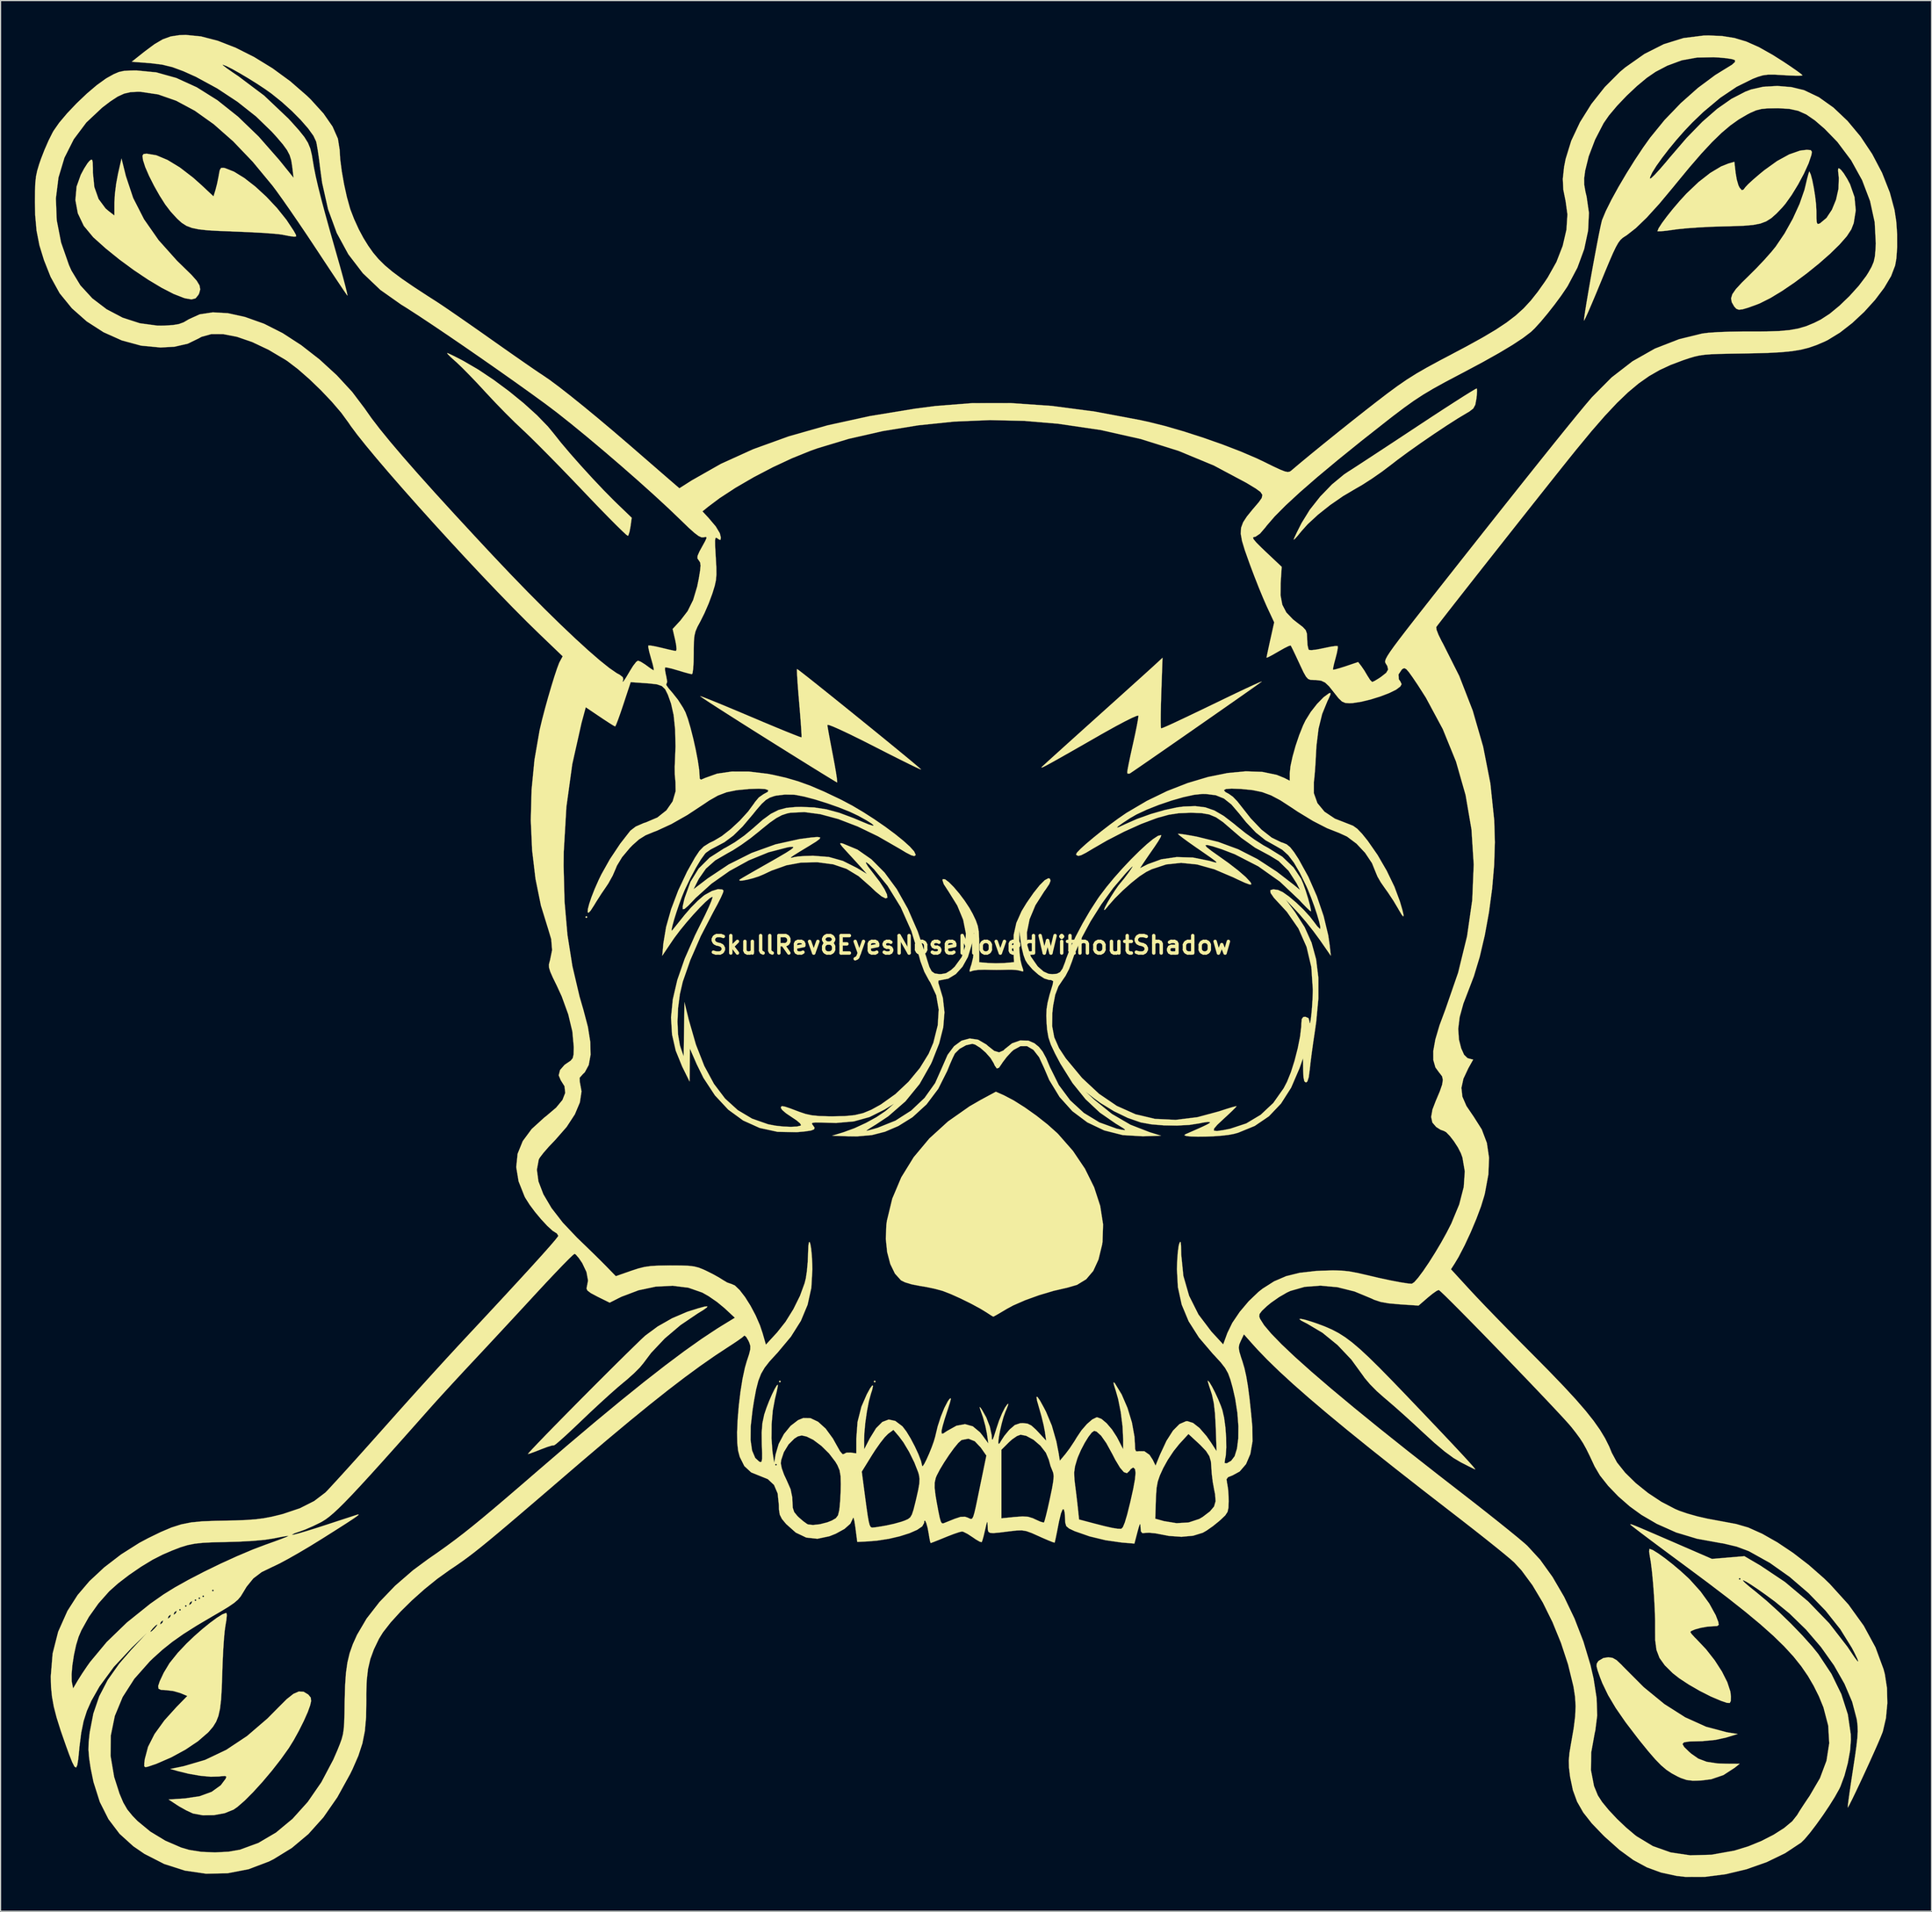
<source format=kicad_pcb>
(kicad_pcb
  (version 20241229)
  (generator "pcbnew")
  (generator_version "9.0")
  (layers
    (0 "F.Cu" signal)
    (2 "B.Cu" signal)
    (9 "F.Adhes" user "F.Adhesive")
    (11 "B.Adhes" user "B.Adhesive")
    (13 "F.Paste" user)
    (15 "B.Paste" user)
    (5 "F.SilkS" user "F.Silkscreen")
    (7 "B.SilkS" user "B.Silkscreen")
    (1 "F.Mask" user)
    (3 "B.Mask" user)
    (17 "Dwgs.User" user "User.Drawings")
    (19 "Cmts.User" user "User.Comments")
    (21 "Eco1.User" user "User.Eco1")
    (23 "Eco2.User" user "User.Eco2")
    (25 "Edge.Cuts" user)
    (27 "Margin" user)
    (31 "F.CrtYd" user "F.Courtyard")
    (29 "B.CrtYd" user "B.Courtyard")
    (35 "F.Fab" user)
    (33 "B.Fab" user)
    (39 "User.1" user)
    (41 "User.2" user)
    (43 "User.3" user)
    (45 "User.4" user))
  (footprint "SkullRev8EyesNoseMovedWithoutShadow"
    (layer "F.Cu")
    (at 81.872 79.655)
    (property "Reference" "SkullRev8EyesNoseMovedWithoutShadow" (at 0 0 0) (layer "F.SilkS") (effects (font (size 1.524 1.524) (thickness 0.3))))
    (attr through_hole)
    (fp_poly (pts (xy -33.528 -2.455) (xy -33.613 -2.371) (xy -33.697 -2.455) (xy -33.613 -2.54) (xy -33.528 -2.455)) (stroke (width 0.01) (type solid)) (fill yes) (layer "F.SilkS"))
    (fp_poly (pts (xy -16.595 38.185) (xy -16.679 38.269) (xy -16.764 38.185) (xy -16.679 38.1) (xy -16.595 38.185)) (stroke (width 0.01) (type solid)) (fill yes) (layer "F.SilkS"))
    (fp_poly (pts (xy -8.297 38.185) (xy -8.382 38.269) (xy -8.467 38.185) (xy -8.382 38.1) (xy -8.297 38.185)) (stroke (width 0.01) (type solid)) (fill yes) (layer "F.SilkS"))
    (fp_poly (pts (xy 29.279 32.781) (xy 29.88 32.963) (xy 30.343 33.121) (xy 31.018 33.375) (xy 31.631 33.642) (xy 32.214 33.949) (xy 32.798 34.321) (xy 33.414 34.784) (xy 34.095 35.364) (xy 34.872 36.086) (xy 35.777 36.976) (xy 36.841 38.061) (xy 38.096 39.364) (xy 38.354 39.635) (xy 39.84 41.193) (xy 41.096 42.515) (xy 42.128 43.608) (xy 42.942 44.478) (xy 43.546 45.134) (xy 43.945 45.581) (xy 44.145 45.826) (xy 44.167 45.881) (xy 44.001 45.805) (xy 43.61 45.612) (xy 43.072 45.339) (xy 42.93 45.267) (xy 42.26 44.87) (xy 41.503 44.315) (xy 40.614 43.567) (xy 39.628 42.665) (xy 38.807 41.903) (xy 37.954 41.127) (xy 37.147 40.409) (xy 36.465 39.82) (xy 36.198 39.596) (xy 35.558 39.029) (xy 34.958 38.421) (xy 34.494 37.874) (xy 34.357 37.677) (xy 33.332 36.269) (xy 32.124 34.995) (xy 30.804 33.921) (xy 29.445 33.114) (xy 29.379 33.082) (xy 28.931 32.851) (xy 28.781 32.724) (xy 28.905 32.701) (xy 29.279 32.781)) (stroke (width 0.01) (type solid)) (fill yes) (layer "F.SilkS"))
    (fp_poly (pts (xy -73.91 -67.304) (xy -73.272 -65.383) (xy -72.318 -63.515) (xy -71.043 -61.688) (xy -69.438 -59.893) (xy -68.848 -59.318) (xy -68.16 -58.646) (xy -67.708 -58.135) (xy -67.465 -57.732) (xy -67.401 -57.386) (xy -67.491 -57.045) (xy -67.559 -56.905) (xy -67.806 -56.6) (xy -68.159 -56.504) (xy -68.704 -56.597) (xy -68.835 -56.635) (xy -69.719 -56.979) (xy -70.781 -57.526) (xy -71.966 -58.236) (xy -73.213 -59.072) (xy -74.466 -59.993) (xy -75.666 -60.962) (xy -76.756 -61.939) (xy -76.765 -61.948) (xy -77.589 -62.942) (xy -78.111 -64.04) (xy -78.324 -65.199) (xy -78.219 -66.379) (xy -77.852 -67.41) (xy -77.555 -67.962) (xy -77.265 -68.415) (xy -77.09 -68.625) (xy -76.941 -68.738) (xy -76.852 -68.707) (xy -76.808 -68.477) (xy -76.794 -67.994) (xy -76.793 -67.589) (xy -76.667 -66.336) (xy -76.297 -65.29) (xy -75.689 -64.469) (xy -75.431 -64.246) (xy -74.915 -63.849) (xy -74.911 -64.987) (xy -74.867 -65.74) (xy -74.756 -66.629) (xy -74.601 -67.464) (xy -74.598 -67.479) (xy -74.289 -68.834) (xy -73.91 -67.304)) (stroke (width 0.01) (type solid)) (fill yes) (layer "F.SilkS"))
    (fp_poly (pts (xy 44.33 -48.517) (xy 44.305 -48.098) (xy 44.272 -47.808) (xy 44.174 -47.283) (xy 43.996 -46.956) (xy 43.646 -46.688) (xy 43.459 -46.58) (xy 42.653 -46.097) (xy 41.658 -45.461) (xy 40.552 -44.726) (xy 39.416 -43.947) (xy 38.327 -43.176) (xy 37.366 -42.469) (xy 36.803 -42.033) (xy 35.995 -41.423) (xy 35.11 -40.808) (xy 34.27 -40.269) (xy 33.729 -39.958) (xy 32.606 -39.295) (xy 31.473 -38.511) (xy 30.414 -37.671) (xy 29.516 -36.843) (xy 28.966 -36.229) (xy 28.619 -35.807) (xy 28.373 -35.537) (xy 28.279 -35.477) (xy 28.352 -35.669) (xy 28.548 -36.087) (xy 28.832 -36.654) (xy 28.978 -36.938) (xy 29.693 -38.096) (xy 30.608 -39.254) (xy 31.636 -40.316) (xy 32.687 -41.185) (xy 33.044 -41.425) (xy 33.432 -41.672) (xy 34.061 -42.081) (xy 34.89 -42.623) (xy 35.88 -43.272) (xy 36.989 -44.001) (xy 38.176 -44.784) (xy 39.16 -45.434) (xy 40.327 -46.203) (xy 41.404 -46.906) (xy 42.359 -47.522) (xy 43.158 -48.032) (xy 43.771 -48.413) (xy 44.165 -48.647) (xy 44.307 -48.714) (xy 44.33 -48.517)) (stroke (width 0.01) (type solid)) (fill yes) (layer "F.SilkS"))
    (fp_poly (pts (xy -65.094 58.462) (xy -65.075 58.666) (xy -65.119 59.097) (xy -65.195 59.546) (xy -65.263 60.042) (xy -65.33 60.799) (xy -65.391 61.739) (xy -65.441 62.786) (xy -65.471 63.669) (xy -65.515 64.99) (xy -65.577 66.026) (xy -65.672 66.83) (xy -65.812 67.456) (xy -66.009 67.958) (xy -66.277 68.39) (xy -66.628 68.805) (xy -66.732 68.914) (xy -67.596 69.661) (xy -68.698 70.401) (xy -69.944 71.078) (xy -71.237 71.639) (xy -71.95 71.882) (xy -72.194 71.938) (xy -72.297 71.859) (xy -72.294 71.57) (xy -72.25 71.225) (xy -71.967 70.158) (xy -71.398 69.035) (xy -70.531 67.837) (xy -69.482 66.676) (xy -68.532 65.704) (xy -69.143 65.449) (xy -69.744 65.275) (xy -70.386 65.194) (xy -70.437 65.193) (xy -70.834 65.171) (xy -71.047 65.07) (xy -71.082 64.837) (xy -70.944 64.419) (xy -70.638 63.764) (xy -70.583 63.654) (xy -70.088 62.831) (xy -69.366 61.93) (xy -68.594 61.112) (xy -67.918 60.467) (xy -67.219 59.852) (xy -66.545 59.306) (xy -65.945 58.864) (xy -65.469 58.565) (xy -65.165 58.445) (xy -65.094 58.462)) (stroke (width 0.01) (type solid)) (fill yes) (layer "F.SilkS"))
    (fp_poly (pts (xy -45.602 -51.741) (xy -45.185 -51.542) (xy -44.624 -51.254) (xy -44.377 -51.124) (xy -43.082 -50.37) (xy -41.726 -49.465) (xy -40.373 -48.462) (xy -39.088 -47.414) (xy -37.935 -46.371) (xy -36.981 -45.387) (xy -36.487 -44.789) (xy -35.839 -43.973) (xy -35.01 -42.994) (xy -34.064 -41.924) (xy -33.067 -40.833) (xy -32.083 -39.793) (xy -31.175 -38.874) (xy -30.932 -38.638) (xy -29.643 -37.397) (xy -29.747 -36.643) (xy -29.834 -36.172) (xy -29.935 -35.865) (xy -29.974 -35.813) (xy -30.117 -35.912) (xy -30.462 -36.23) (xy -30.982 -36.739) (xy -31.649 -37.409) (xy -32.433 -38.212) (xy -33.307 -39.121) (xy -33.858 -39.7) (xy -34.857 -40.746) (xy -35.859 -41.783) (xy -36.82 -42.765) (xy -37.696 -43.649) (xy -38.443 -44.389) (xy -39.016 -44.941) (xy -39.154 -45.068) (xy -39.858 -45.735) (xy -40.688 -46.559) (xy -41.55 -47.444) (xy -42.346 -48.292) (xy -42.467 -48.424) (xy -43.158 -49.17) (xy -43.846 -49.889) (xy -44.465 -50.515) (xy -44.949 -50.979) (xy -45.081 -51.096) (xy -45.486 -51.46) (xy -45.743 -51.718) (xy -45.796 -51.816) (xy -45.602 -51.741)) (stroke (width 0.01) (type solid)) (fill yes) (layer "F.SilkS"))
    (fp_poly (pts (xy -58.358 65.331) (xy -57.968 65.567) (xy -57.928 65.602) (xy -57.726 65.85) (xy -57.697 66.154) (xy -57.779 66.517) (xy -57.992 67.112) (xy -58.338 67.889) (xy -58.765 68.743) (xy -59.221 69.571) (xy -59.655 70.271) (xy -59.657 70.273) (xy -60.359 71.256) (xy -61.143 72.259) (xy -61.962 73.229) (xy -62.767 74.113) (xy -63.51 74.859) (xy -64.144 75.411) (xy -64.484 75.647) (xy -65.265 75.962) (xy -66.208 76.133) (xy -67.168 76.147) (xy -68.004 75.993) (xy -68.094 75.96) (xy -68.617 75.717) (xy -69.215 75.383) (xy -69.438 75.242) (xy -70.168 74.761) (xy -68.739 74.668) (xy -67.449 74.476) (xy -66.398 74.091) (xy -65.605 73.521) (xy -65.173 72.943) (xy -65.111 72.767) (xy -65.224 72.703) (xy -65.582 72.728) (xy -65.763 72.752) (xy -66.478 72.772) (xy -67.403 72.686) (xy -68.431 72.507) (xy -69.342 72.282) (xy -70.019 72.088) (xy -68.843 71.846) (xy -66.966 71.295) (xy -65.124 70.418) (xy -63.309 69.213) (xy -61.516 67.674) (xy -60.555 66.704) (xy -59.829 65.979) (xy -59.248 65.52) (xy -58.771 65.31) (xy -58.358 65.331)) (stroke (width 0.01) (type solid)) (fill yes) (layer "F.SilkS"))
    (fp_poly (pts (xy -23.071 31.71) (xy -23.4 31.943) (xy -23.876 32.234) (xy -25.369 33.244) (xy -26.752 34.417) (xy -27.942 35.677) (xy -28.632 36.593) (xy -28.949 36.973) (xy -29.449 37.472) (xy -30.047 38.006) (xy -30.321 38.233) (xy -30.867 38.692) (xy -31.586 39.327) (xy -32.411 40.078) (xy -33.274 40.881) (xy -33.981 41.554) (xy -34.717 42.255) (xy -35.368 42.862) (xy -35.897 43.339) (xy -36.265 43.653) (xy -36.434 43.769) (xy -36.44 43.768) (xy -36.624 43.786) (xy -37.031 43.912) (xy -37.56 44.112) (xy -38.109 44.327) (xy -38.53 44.48) (xy -38.728 44.535) (xy -38.64 44.419) (xy -38.338 44.089) (xy -37.845 43.57) (xy -37.186 42.886) (xy -36.385 42.064) (xy -35.466 41.128) (xy -34.454 40.104) (xy -34.032 39.678) (xy -32.95 38.591) (xy -31.914 37.556) (xy -30.956 36.603) (xy -30.104 35.761) (xy -29.391 35.063) (xy -28.847 34.536) (xy -28.502 34.213) (xy -28.448 34.165) (xy -27.367 33.368) (xy -26.106 32.65) (xy -24.822 32.1) (xy -24.638 32.038) (xy -23.794 31.772) (xy -23.259 31.627) (xy -23.021 31.605) (xy -23.071 31.71)) (stroke (width 0.01) (type solid)) (fill yes) (layer "F.SilkS"))
    (fp_poly (pts (xy -71.24 -69.116) (xy -70.264 -68.707) (xy -69.181 -68.049) (xy -68.028 -67.162) (xy -67.315 -66.528) (xy -66.239 -65.521) (xy -66.067 -66.077) (xy -65.927 -66.618) (xy -65.8 -67.245) (xy -65.781 -67.366) (xy -65.694 -67.818) (xy -65.576 -68.01) (xy -65.356 -68.021) (xy -65.218 -67.99) (xy -64.439 -67.679) (xy -63.542 -67.126) (xy -62.581 -66.379) (xy -61.611 -65.487) (xy -60.685 -64.501) (xy -59.858 -63.469) (xy -59.215 -62.498) (xy -59.024 -62.153) (xy -59.009 -62.012) (xy -59.169 -61.993) (xy -59.215 -61.995) (xy -59.574 -62.044) (xy -60.078 -62.14) (xy -60.198 -62.166) (xy -60.571 -62.218) (xy -61.22 -62.275) (xy -62.082 -62.333) (xy -63.094 -62.387) (xy -64.194 -62.434) (xy -64.431 -62.443) (xy -65.728 -62.493) (xy -66.74 -62.55) (xy -67.521 -62.633) (xy -68.124 -62.758) (xy -68.604 -62.942) (xy -69.014 -63.203) (xy -69.407 -63.558) (xy -69.837 -64.024) (xy -70.021 -64.232) (xy -70.461 -64.812) (xy -70.948 -65.578) (xy -71.435 -66.439) (xy -71.872 -67.304) (xy -72.211 -68.082) (xy -72.403 -68.681) (xy -72.409 -68.707) (xy -72.457 -69.082) (xy -72.355 -69.231) (xy -72.074 -69.257) (xy -71.24 -69.116)) (stroke (width 0.01) (type solid)) (fill yes) (layer "F.SilkS"))
    (fp_poly (pts (xy 56.187 62.369) (xy 56.543 62.572) (xy 56.975 62.981) (xy 57.098 63.114) (xy 58.909 64.93) (xy 60.725 66.417) (xy 62.543 67.572) (xy 64.359 68.392) (xy 66.171 68.876) (xy 66.339 68.904) (xy 67.141 69.03) (xy 66.125 69.343) (xy 65.178 69.549) (xy 64.053 69.657) (xy 63.645 69.668) (xy 62.883 69.689) (xy 62.442 69.758) (xy 62.304 69.906) (xy 62.452 70.168) (xy 62.869 70.575) (xy 63.066 70.749) (xy 63.691 71.187) (xy 64.423 71.464) (xy 65.343 71.603) (xy 66.125 71.631) (xy 67.31 71.636) (xy 66.887 71.976) (xy 65.89 72.624) (xy 64.821 72.99) (xy 63.923 73.103) (xy 63.207 73.12) (xy 62.674 73.056) (xy 62.173 72.887) (xy 61.891 72.756) (xy 61.369 72.477) (xy 60.898 72.162) (xy 60.431 71.765) (xy 59.918 71.239) (xy 59.313 70.539) (xy 58.566 69.618) (xy 58.415 69.427) (xy 57.329 68.005) (xy 56.467 66.757) (xy 55.799 65.633) (xy 55.293 64.583) (xy 55.089 64.062) (xy 54.882 63.47) (xy 54.789 63.103) (xy 54.804 62.872) (xy 54.919 62.687) (xy 54.969 62.63) (xy 55.377 62.386) (xy 55.812 62.315) (xy 56.187 62.369)) (stroke (width 0.01) (type solid)) (fill yes) (layer "F.SilkS"))
    (fp_poly (pts (xy 73.532 -69.567) (xy 73.633 -69.417) (xy 73.584 -69.13) (xy 73.339 -68.403) (xy 72.933 -67.515) (xy 72.425 -66.565) (xy 71.868 -65.653) (xy 71.319 -64.88) (xy 71.037 -64.547) (xy 70.53 -64.018) (xy 70.083 -63.621) (xy 69.634 -63.336) (xy 69.122 -63.142) (xy 68.485 -63.02) (xy 67.661 -62.949) (xy 66.59 -62.91) (xy 65.974 -62.896) (xy 64.878 -62.862) (xy 63.772 -62.806) (xy 62.754 -62.735) (xy 61.923 -62.654) (xy 61.595 -62.61) (xy 60.938 -62.519) (xy 60.431 -62.467) (xy 60.148 -62.462) (xy 60.113 -62.477) (xy 60.22 -62.735) (xy 60.512 -63.185) (xy 60.943 -63.767) (xy 61.469 -64.425) (xy 62.045 -65.1) (xy 62.625 -65.734) (xy 62.662 -65.773) (xy 63.711 -66.771) (xy 64.737 -67.573) (xy 65.689 -68.143) (xy 66.331 -68.397) (xy 66.847 -68.545) (xy 66.957 -67.571) (xy 67.059 -66.977) (xy 67.203 -66.483) (xy 67.307 -66.276) (xy 67.496 -66.063) (xy 67.643 -66.107) (xy 67.812 -66.327) (xy 68.054 -66.587) (xy 68.493 -66.991) (xy 69.058 -67.476) (xy 69.468 -67.811) (xy 70.593 -68.619) (xy 71.65 -69.197) (xy 72.596 -69.526) (xy 73.177 -69.596) (xy 73.532 -69.567)) (stroke (width 0.01) (type solid)) (fill yes) (layer "F.SilkS"))
    (fp_poly (pts (xy 59.717 52.94) (xy 60.188 53.233) (xy 60.789 53.665) (xy 61.46 54.193) (xy 62.142 54.769) (xy 62.775 55.348) (xy 62.964 55.534) (xy 63.885 56.558) (xy 64.652 57.617) (xy 65.213 58.634) (xy 65.44 59.224) (xy 65.481 59.474) (xy 65.347 59.582) (xy 64.959 59.605) (xy 64.928 59.605) (xy 64.435 59.645) (xy 63.893 59.744) (xy 63.405 59.878) (xy 63.074 60.018) (xy 62.992 60.108) (xy 63.104 60.283) (xy 63.385 60.589) (xy 63.516 60.717) (xy 64.362 61.61) (xy 65.122 62.579) (xy 65.756 63.563) (xy 66.227 64.497) (xy 66.497 65.319) (xy 66.546 65.744) (xy 66.535 66.14) (xy 66.445 66.316) (xy 66.201 66.307) (xy 65.723 66.145) (xy 65.661 66.122) (xy 64.783 65.749) (xy 63.812 65.256) (xy 62.853 64.702) (xy 62.014 64.149) (xy 61.453 63.709) (xy 60.758 63.02) (xy 60.296 62.374) (xy 60.03 61.674) (xy 59.917 60.822) (xy 59.911 59.955) (xy 59.911 59.103) (xy 59.877 58.077) (xy 59.817 56.965) (xy 59.735 55.854) (xy 59.639 54.831) (xy 59.535 53.985) (xy 59.445 53.467) (xy 59.385 53.064) (xy 59.411 52.845) (xy 59.435 52.832) (xy 59.717 52.94)) (stroke (width 0.01) (type solid)) (fill yes) (layer "F.SilkS"))
    (fp_poly (pts (xy 2.932 13.143) (xy 3.772 13.583) (xy 4.75 14.2) (xy 5.774 14.926) (xy 6.748 15.695) (xy 7.577 16.437) (xy 7.676 16.535) (xy 8.965 18.003) (xy 10.019 19.568) (xy 10.821 21.189) (xy 11.355 22.826) (xy 11.605 24.437) (xy 11.555 25.982) (xy 11.517 26.222) (xy 11.203 27.51) (xy 10.746 28.507) (xy 10.127 29.237) (xy 9.327 29.726) (xy 8.519 29.964) (xy 7.279 30.251) (xy 6.001 30.632) (xy 4.786 31.07) (xy 3.737 31.529) (xy 3.184 31.828) (xy 2.644 32.15) (xy 2.23 32.39) (xy 2.013 32.506) (xy 1.999 32.511) (xy 1.84 32.425) (xy 1.514 32.214) (xy 1.439 32.163) (xy 0.827 31.79) (xy 0.016 31.355) (xy -0.873 30.917) (xy -1.722 30.535) (xy -2.411 30.267) (xy -2.455 30.253) (xy -3.088 30.081) (xy -3.868 29.915) (xy -4.479 29.814) (xy -5.147 29.684) (xy -5.728 29.507) (xy -6.076 29.335) (xy -6.607 28.747) (xy -7.017 27.902) (xy -7.289 26.866) (xy -7.409 25.705) (xy -7.361 24.482) (xy -7.314 24.13) (xy -6.842 22.183) (xy -6.054 20.318) (xy -4.966 18.555) (xy -3.596 16.917) (xy -1.96 15.426) (xy -0.076 14.104) (xy 0.9 13.542) (xy 2.224 12.828) (xy 2.932 13.143)) (stroke (width 0.01) (type solid)) (fill yes) (layer "F.SilkS"))
    (fp_poly (pts (xy 76.036 -67.957) (xy 76.179 -67.837) (xy 76.416 -67.54) (xy 76.72 -67.051) (xy 76.967 -66.588) (xy 77.359 -65.462) (xy 77.468 -64.299) (xy 77.291 -63.182) (xy 77.077 -62.631) (xy 76.684 -62.031) (xy 76.048 -61.306) (xy 75.219 -60.496) (xy 74.25 -59.644) (xy 73.192 -58.79) (xy 72.096 -57.974) (xy 71.014 -57.239) (xy 69.997 -56.624) (xy 69.097 -56.171) (xy 68.821 -56.059) (xy 68.068 -55.786) (xy 67.562 -55.636) (xy 67.235 -55.603) (xy 67.018 -55.683) (xy 66.846 -55.869) (xy 66.821 -55.904) (xy 66.616 -56.262) (xy 66.558 -56.598) (xy 66.669 -56.961) (xy 66.974 -57.401) (xy 67.497 -57.969) (xy 68.087 -58.547) (xy 68.783 -59.24) (xy 69.481 -59.979) (xy 70.092 -60.668) (xy 70.463 -61.125) (xy 71.245 -62.281) (xy 71.96 -63.564) (xy 72.555 -64.867) (xy 72.977 -66.082) (xy 73.072 -66.462) (xy 73.213 -67.06) (xy 73.329 -67.496) (xy 73.401 -67.696) (xy 73.41 -67.7) (xy 73.531 -67.436) (xy 73.667 -66.925) (xy 73.8 -66.258) (xy 73.915 -65.527) (xy 73.996 -64.822) (xy 74.026 -64.233) (xy 74.026 -64.22) (xy 74.03 -63.592) (xy 74.058 -63.241) (xy 74.131 -63.106) (xy 74.267 -63.127) (xy 74.354 -63.17) (xy 74.909 -63.636) (xy 75.383 -64.35) (xy 75.744 -65.228) (xy 75.956 -66.182) (xy 75.987 -67.126) (xy 75.973 -67.265) (xy 75.922 -67.756) (xy 75.936 -67.968) (xy 76.036 -67.957)) (stroke (width 0.01) (type solid)) (fill yes) (layer "F.SilkS"))
    (fp_poly (pts (xy 16.698 -22.056) (xy 16.668 -21.075) (xy 16.651 -20.223) (xy 16.647 -19.552) (xy 16.657 -19.115) (xy 16.68 -18.965) (xy 16.841 -19.017) (xy 17.216 -19.177) (xy 17.82 -19.453) (xy 18.669 -19.852) (xy 19.78 -20.382) (xy 21.168 -21.049) (xy 22.267 -21.581) (xy 23.233 -22.045) (xy 24.077 -22.444) (xy 24.758 -22.76) (xy 25.236 -22.973) (xy 25.472 -23.065) (xy 25.485 -23.059) (xy 25.321 -22.938) (xy 24.915 -22.649) (xy 24.302 -22.217) (xy 23.519 -21.667) (xy 22.601 -21.025) (xy 21.586 -20.316) (xy 20.507 -19.564) (xy 19.403 -18.794) (xy 18.308 -18.033) (xy 17.259 -17.304) (xy 16.291 -16.633) (xy 15.441 -16.045) (xy 14.745 -15.565) (xy 14.238 -15.218) (xy 13.957 -15.03) (xy 13.928 -15.011) (xy 13.745 -15.006) (xy 13.716 -15.127) (xy 13.752 -15.376) (xy 13.851 -15.886) (xy 13.998 -16.589) (xy 14.18 -17.416) (xy 14.229 -17.632) (xy 14.413 -18.473) (xy 14.561 -19.202) (xy 14.66 -19.751) (xy 14.697 -20.056) (xy 14.694 -20.086) (xy 14.541 -20.063) (xy 14.136 -19.888) (xy 13.52 -19.582) (xy 12.732 -19.164) (xy 11.814 -18.655) (xy 11.345 -18.389) (xy 9.939 -17.583) (xy 8.8 -16.933) (xy 7.905 -16.425) (xy 7.229 -16.046) (xy 6.746 -15.781) (xy 6.431 -15.617) (xy 6.26 -15.541) (xy 6.207 -15.538) (xy 6.248 -15.596) (xy 6.265 -15.613) (xy 6.447 -15.782) (xy 6.85 -16.15) (xy 7.445 -16.689) (xy 8.2 -17.371) (xy 9.086 -18.17) (xy 10.071 -19.057) (xy 11.007 -19.899) (xy 12.077 -20.861) (xy 13.093 -21.775) (xy 14.021 -22.612) (xy 14.828 -23.339) (xy 15.478 -23.927) (xy 15.939 -24.345) (xy 16.151 -24.539) (xy 16.807 -25.146) (xy 16.698 -22.056)) (stroke (width 0.01) (type solid)) (fill yes) (layer "F.SilkS"))
    (fp_poly (pts (xy -15.043 -24.071) (xy -14.678 -23.791) (xy -14.118 -23.352) (xy -13.396 -22.778) (xy -12.547 -22.099) (xy -11.603 -21.34) (xy -10.597 -20.529) (xy -9.564 -19.693) (xy -8.536 -18.859) (xy -7.548 -18.055) (xy -6.633 -17.306) (xy -5.823 -16.641) (xy -5.153 -16.086) (xy -4.656 -15.669) (xy -4.366 -15.416) (xy -4.318 -15.37) (xy -4.417 -15.398) (xy -4.781 -15.564) (xy -5.373 -15.85) (xy -6.157 -16.239) (xy -7.098 -16.712) (xy -8.159 -17.253) (xy -8.34 -17.346) (xy -9.514 -17.941) (xy -10.538 -18.445) (xy -11.38 -18.843) (xy -12.012 -19.122) (xy -12.403 -19.268) (xy -12.523 -19.273) (xy -12.49 -19.034) (xy -12.402 -18.529) (xy -12.271 -17.822) (xy -12.111 -16.981) (xy -12.044 -16.637) (xy -11.884 -15.786) (xy -11.761 -15.069) (xy -11.683 -14.542) (xy -11.661 -14.264) (xy -11.67 -14.235) (xy -11.83 -14.325) (xy -12.247 -14.576) (xy -12.889 -14.97) (xy -13.726 -15.487) (xy -14.729 -16.11) (xy -15.866 -16.819) (xy -17.108 -17.596) (xy -17.736 -17.99) (xy -19.012 -18.792) (xy -20.192 -19.538) (xy -21.246 -20.209) (xy -22.146 -20.785) (xy -22.861 -21.248) (xy -23.363 -21.58) (xy -23.621 -21.76) (xy -23.65 -21.788) (xy -23.487 -21.738) (xy -23.052 -21.571) (xy -22.386 -21.304) (xy -21.528 -20.951) (xy -20.519 -20.53) (xy -19.399 -20.057) (xy -19.219 -19.981) (xy -18.085 -19.502) (xy -17.056 -19.072) (xy -16.172 -18.709) (xy -15.473 -18.428) (xy -15 -18.245) (xy -14.791 -18.177) (xy -14.785 -18.178) (xy -14.781 -18.357) (xy -14.804 -18.818) (xy -14.851 -19.504) (xy -14.918 -20.361) (xy -14.986 -21.167) (xy -15.066 -22.124) (xy -15.129 -22.958) (xy -15.17 -23.613) (xy -15.187 -24.033) (xy -15.179 -24.163) (xy -15.043 -24.071)) (stroke (width 0.01) (type solid)) (fill yes) (layer "F.SilkS"))
    (fp_poly (pts (xy -67.338 -79.52) (xy -65.866 -79.137) (xy -64.3 -78.527) (xy -62.688 -77.716) (xy -61.079 -76.729) (xy -59.523 -75.592) (xy -58.07 -74.329) (xy -57.732 -74.002) (xy -56.617 -72.774) (xy -55.824 -71.632) (xy -55.354 -70.571) (xy -55.202 -69.611) (xy -55.151 -68.765) (xy -55.014 -67.712) (xy -54.812 -66.57) (xy -54.566 -65.455) (xy -54.295 -64.481) (xy -54.256 -64.361) (xy -53.937 -63.533) (xy -53.523 -62.629) (xy -53.129 -61.891) (xy -52.703 -61.202) (xy -52.274 -60.595) (xy -51.804 -60.036) (xy -51.254 -59.492) (xy -50.585 -58.929) (xy -49.76 -58.314) (xy -48.74 -57.614) (xy -47.485 -56.794) (xy -46.709 -56.298) (xy -46.276 -56.012) (xy -45.618 -55.566) (xy -44.785 -54.992) (xy -43.828 -54.327) (xy -42.797 -53.606) (xy -41.91 -52.98) (xy -40.878 -52.253) (xy -39.897 -51.566) (xy -39.013 -50.951) (xy -38.272 -50.439) (xy -37.72 -50.064) (xy -37.423 -49.869) (xy -36.826 -49.461) (xy -36.012 -48.854) (xy -35.016 -48.076) (xy -33.871 -47.155) (xy -32.614 -46.119) (xy -31.277 -44.994) (xy -29.896 -43.81) (xy -29.68 -43.624) (xy -28.796 -42.856) (xy -27.96 -42.131) (xy -27.22 -41.489) (xy -26.622 -40.97) (xy -26.212 -40.616) (xy -26.102 -40.521) (xy -25.472 -39.978) (xy -24.378 -40.672) (xy -21.837 -42.114) (xy -19.013 -43.396) (xy -15.903 -44.52) (xy -12.503 -45.486) (xy -8.81 -46.295) (xy -4.82 -46.949) (xy -3.048 -47.178) (xy 0.158 -47.429) (xy 3.537 -47.433) (xy 7.102 -47.187) (xy 10.865 -46.693) (xy 14.84 -45.947) (xy 15.575 -45.787) (xy 17.029 -45.426) (xy 18.648 -44.956) (xy 20.343 -44.41) (xy 22.024 -43.819) (xy 23.603 -43.212) (xy 24.99 -42.621) (xy 25.66 -42.304) (xy 26.504 -41.888) (xy 27.101 -41.611) (xy 27.504 -41.454) (xy 27.766 -41.401) (xy 27.942 -41.434) (xy 28.063 -41.516) (xy 28.834 -42.168) (xy 29.813 -42.977) (xy 30.94 -43.896) (xy 32.153 -44.874) (xy 33.392 -45.864) (xy 34.597 -46.815) (xy 35.413 -47.452) (xy 36.476 -48.268) (xy 37.378 -48.932) (xy 38.202 -49.498) (xy 39.031 -50.019) (xy 39.948 -50.547) (xy 41.035 -51.137) (xy 41.832 -51.556) (xy 43.462 -52.42) (xy 44.825 -53.173) (xy 45.961 -53.848) (xy 46.909 -54.476) (xy 47.711 -55.09) (xy 48.406 -55.72) (xy 49.034 -56.4) (xy 49.636 -57.159) (xy 50.252 -58.03) (xy 50.513 -58.42) (xy 51.274 -59.774) (xy 51.825 -61.19) (xy 52.152 -62.602) (xy 52.238 -63.944) (xy 52.08 -65.102) (xy 51.879 -66.1) (xy 51.834 -67.052) (xy 51.944 -68.091) (xy 52.083 -68.801) (xy 52.574 -70.387) (xy 53.339 -72.011) (xy 54.334 -73.602) (xy 55.511 -75.09) (xy 56.825 -76.405) (xy 57.299 -76.803) (xy 58.981 -77.986) (xy 60.671 -78.839) (xy 62.391 -79.373) (xy 64.165 -79.595) (xy 64.592 -79.604) (xy 65.767 -79.553) (xy 66.842 -79.383) (xy 67.89 -79.068) (xy 68.983 -78.584) (xy 70.193 -77.904) (xy 71.136 -77.307) (xy 71.789 -76.871) (xy 72.323 -76.5) (xy 72.683 -76.234) (xy 72.813 -76.111) (xy 72.657 -76.081) (xy 72.235 -76.078) (xy 71.619 -76.1) (xy 71.162 -76.128) (xy 70.368 -76.173) (xy 69.799 -76.173) (xy 69.347 -76.114) (xy 68.9 -75.982) (xy 68.449 -75.807) (xy 67.044 -75.111) (xy 65.616 -74.153) (xy 64.132 -72.911) (xy 63.159 -71.977) (xy 62.467 -71.248) (xy 61.771 -70.458) (xy 61.107 -69.652) (xy 60.51 -68.877) (xy 60.014 -68.181) (xy 59.657 -67.609) (xy 59.472 -67.21) (xy 59.46 -67.069) (xy 59.582 -67.127) (xy 59.877 -67.41) (xy 60.309 -67.878) (xy 60.839 -68.492) (xy 61.186 -68.91) (xy 62.664 -70.628) (xy 64.044 -72.046) (xy 65.347 -73.183) (xy 66.593 -74.055) (xy 67.803 -74.68) (xy 68.304 -74.873) (xy 69.378 -75.115) (xy 70.604 -75.184) (xy 71.842 -75.082) (xy 72.941 -74.816) (xy 74.24 -74.198) (xy 75.52 -73.286) (xy 76.746 -72.124) (xy 77.885 -70.757) (xy 78.904 -69.228) (xy 79.769 -67.582) (xy 80.446 -65.863) (xy 80.858 -64.341) (xy 81.012 -63.333) (xy 81.091 -62.204) (xy 81.094 -61.076) (xy 81.02 -60.068) (xy 80.914 -59.469) (xy 80.559 -58.542) (xy 79.954 -57.52) (xy 79.152 -56.458) (xy 78.206 -55.414) (xy 77.167 -54.444) (xy 76.09 -53.605) (xy 75.026 -52.953) (xy 74.715 -52.801) (xy 74.023 -52.506) (xy 73.355 -52.276) (xy 72.654 -52.1) (xy 71.865 -51.972) (xy 70.929 -51.882) (xy 69.792 -51.822) (xy 68.395 -51.785) (xy 67.733 -51.774) (xy 66.501 -51.755) (xy 65.548 -51.734) (xy 64.816 -51.705) (xy 64.247 -51.661) (xy 63.781 -51.595) (xy 63.36 -51.501) (xy 62.925 -51.372) (xy 62.418 -51.202) (xy 62.315 -51.166) (xy 61.272 -50.773) (xy 60.305 -50.324) (xy 59.382 -49.794) (xy 58.472 -49.154) (xy 57.544 -48.379) (xy 56.567 -47.441) (xy 55.51 -46.314) (xy 54.341 -44.971) (xy 53.03 -43.384) (xy 52.388 -42.587) (xy 51.67 -41.688) (xy 50.847 -40.654) (xy 49.941 -39.513) (xy 48.975 -38.294) (xy 47.971 -37.025) (xy 46.951 -35.734) (xy 45.938 -34.45) (xy 44.953 -33.202) (xy 44.021 -32.017) (xy 43.162 -30.924) (xy 42.4 -29.952) (xy 41.756 -29.128) (xy 41.254 -28.482) (xy 40.914 -28.042) (xy 40.761 -27.835) (xy 40.757 -27.829) (xy 40.782 -27.601) (xy 40.95 -27.165) (xy 41.228 -26.6) (xy 41.345 -26.389) (xy 42.772 -23.55) (xy 43.949 -20.525) (xy 44.862 -17.37) (xy 45.495 -14.144) (xy 45.834 -10.904) (xy 45.889 -9.002) (xy 45.827 -7.024) (xy 45.651 -4.957) (xy 45.372 -2.875) (xy 45.004 -0.853) (xy 44.56 1.035) (xy 44.054 2.713) (xy 43.668 3.725) (xy 43.134 5.112) (xy 42.808 6.294) (xy 42.681 7.328) (xy 42.747 8.272) (xy 42.942 9.03) (xy 43.195 9.595) (xy 43.486 9.879) (xy 43.6 9.92) (xy 43.988 10.018) (xy 43.564 10.776) (xy 43.137 11.685) (xy 42.961 12.49) (xy 43.046 13.263) (xy 43.398 14.076) (xy 44.026 15.001) (xy 44.036 15.014) (xy 44.742 16.128) (xy 45.188 17.311) (xy 45.379 18.604) (xy 45.322 20.05) (xy 45.021 21.691) (xy 44.962 21.93) (xy 44.68 22.851) (xy 44.267 23.953) (xy 43.772 25.13) (xy 43.239 26.274) (xy 42.717 27.28) (xy 42.374 27.855) (xy 42.046 28.363) (xy 43.755 30.226) (xy 44.327 30.838) (xy 45.09 31.638) (xy 45.995 32.574) (xy 46.991 33.595) (xy 48.029 34.651) (xy 49.06 35.69) (xy 49.191 35.821) (xy 50.669 37.317) (xy 51.919 38.616) (xy 52.962 39.746) (xy 53.822 40.737) (xy 54.521 41.616) (xy 55.084 42.413) (xy 55.533 43.156) (xy 55.891 43.874) (xy 56.117 44.422) (xy 56.572 45.268) (xy 57.291 46.17) (xy 58.216 47.077) (xy 59.288 47.94) (xy 60.451 48.71) (xy 61.646 49.335) (xy 62.028 49.498) (xy 62.737 49.742) (xy 63.612 49.988) (xy 64.483 50.187) (xy 64.625 50.214) (xy 65.43 50.363) (xy 66.227 50.511) (xy 66.872 50.631) (xy 66.995 50.653) (xy 68.062 50.964) (xy 69.284 51.512) (xy 70.609 52.263) (xy 71.986 53.185) (xy 73.363 54.245) (xy 74.69 55.411) (xy 75.186 55.89) (xy 76.827 57.7) (xy 78.167 59.56) (xy 79.194 61.452) (xy 79.898 63.357) (xy 80.014 63.798) (xy 80.202 65.013) (xy 80.232 66.339) (xy 80.11 67.643) (xy 79.842 68.791) (xy 79.797 68.919) (xy 79.634 69.328) (xy 79.375 69.934) (xy 79.043 70.683) (xy 78.665 71.521) (xy 78.264 72.395) (xy 77.866 73.252) (xy 77.494 74.039) (xy 77.175 74.702) (xy 76.932 75.187) (xy 76.79 75.442) (xy 76.765 75.467) (xy 76.776 75.294) (xy 76.833 74.838) (xy 76.928 74.15) (xy 77.055 73.282) (xy 77.206 72.285) (xy 77.23 72.128) (xy 77.408 70.955) (xy 77.533 70.054) (xy 77.609 69.365) (xy 77.641 68.828) (xy 77.633 68.381) (xy 77.59 67.964) (xy 77.552 67.72) (xy 77.157 66.217) (xy 76.482 64.634) (xy 75.562 63.02) (xy 74.428 61.423) (xy 73.116 59.891) (xy 71.658 58.472) (xy 70.401 57.445) (xy 69.58 56.84) (xy 68.871 56.34) (xy 68.296 55.956) (xy 67.877 55.699) (xy 67.635 55.579) (xy 67.591 55.608) (xy 67.766 55.797) (xy 68.184 56.157) (xy 68.707 56.576) (xy 69.678 57.385) (xy 70.733 58.343) (xy 71.797 59.375) (xy 72.796 60.41) (xy 73.656 61.372) (xy 74.187 62.03) (xy 75.34 63.771) (xy 76.207 65.546) (xy 76.775 67.32) (xy 77.03 69.059) (xy 77.044 69.527) (xy 76.971 70.483) (xy 76.771 71.583) (xy 76.477 72.68) (xy 76.126 73.627) (xy 76.02 73.849) (xy 75.641 74.528) (xy 75.147 75.318) (xy 74.587 76.152) (xy 74.009 76.96) (xy 73.463 77.676) (xy 72.996 78.23) (xy 72.686 78.534) (xy 71.291 79.459) (xy 69.673 80.243) (xy 67.912 80.864) (xy 66.089 81.301) (xy 64.283 81.533) (xy 62.575 81.537) (xy 61.785 81.448) (xy 60.431 81.154) (xy 59.191 80.7) (xy 58.002 80.053) (xy 56.798 79.175) (xy 55.517 78.032) (xy 55.374 77.893) (xy 54.371 76.85) (xy 53.622 75.896) (xy 53.085 74.954) (xy 52.718 73.951) (xy 52.478 72.811) (xy 52.461 72.693) (xy 52.375 71.972) (xy 52.358 71.353) (xy 52.415 70.697) (xy 52.553 69.866) (xy 52.572 69.765) (xy 52.79 68.503) (xy 52.916 67.477) (xy 52.954 66.601) (xy 52.907 65.785) (xy 52.778 64.943) (xy 52.752 64.811) (xy 52.294 62.942) (xy 51.678 61.067) (xy 50.934 59.245) (xy 50.091 57.539) (xy 49.178 56.009) (xy 48.224 54.716) (xy 47.581 54.017) (xy 47.254 53.727) (xy 46.698 53.262) (xy 45.952 52.656) (xy 45.055 51.939) (xy 44.046 51.144) (xy 42.966 50.302) (xy 42.408 49.871) (xy 39.661 47.744) (xy 37.178 45.8) (xy 34.944 44.026) (xy 32.946 42.41) (xy 31.169 40.941) (xy 29.599 39.607) (xy 28.222 38.396) (xy 27.025 37.297) (xy 25.993 36.296) (xy 25.112 35.383) (xy 24.707 34.936) (xy 23.928 34.058) (xy 23.655 34.63) (xy 23.522 34.944) (xy 23.477 35.223) (xy 23.528 35.569) (xy 23.682 36.083) (xy 23.794 36.414) (xy 23.975 37.021) (xy 24.134 37.734) (xy 24.28 38.601) (xy 24.419 39.672) (xy 24.559 40.995) (xy 24.667 42.164) (xy 24.68 43.433) (xy 24.491 44.528) (xy 24.113 45.414) (xy 23.559 46.058) (xy 22.929 46.402) (xy 22.542 46.555) (xy 22.408 46.738) (xy 22.453 47.067) (xy 22.469 47.133) (xy 22.544 47.605) (xy 22.588 48.243) (xy 22.594 48.672) (xy 22.576 49.226) (xy 22.496 49.594) (xy 22.296 49.899) (xy 21.915 50.264) (xy 21.756 50.405) (xy 21.212 50.845) (xy 20.664 51.228) (xy 20.328 51.421) (xy 19.489 51.681) (xy 18.464 51.775) (xy 17.366 51.698) (xy 16.826 51.594) (xy 16.199 51.475) (xy 15.642 51.42) (xy 15.345 51.432) (xy 15.043 51.455) (xy 14.917 51.306) (xy 14.885 50.947) (xy 14.865 50.681) (xy 14.817 50.671) (xy 14.723 50.944) (xy 14.607 51.373) (xy 14.346 52.369) (xy 13.214 52.274) (xy 11.833 52.077) (xy 10.416 51.735) (xy 9.146 51.291) (xy 9.102 51.273) (xy 8.625 51.047) (xy 8.384 50.84) (xy 8.298 50.554) (xy 8.285 50.313) (xy 8.248 49.672) (xy 8.17 49.363) (xy 8.058 49.383) (xy 7.918 49.728) (xy 7.757 50.395) (xy 7.708 50.638) (xy 7.574 51.329) (xy 7.461 51.881) (xy 7.385 52.219) (xy 7.364 52.288) (xy 7.204 52.244) (xy 6.81 52.087) (xy 6.255 51.847) (xy 6.008 51.735) (xy 5.36 51.446) (xy 4.896 51.278) (xy 4.491 51.211) (xy 4.021 51.226) (xy 3.362 51.301) (xy 3.323 51.306) (xy 2.528 51.405) (xy 2.01 51.451) (xy 1.708 51.431) (xy 1.563 51.327) (xy 1.516 51.126) (xy 1.507 50.842) (xy 1.491 50.525) (xy 1.456 50.467) (xy 1.387 50.694) (xy 1.275 51.187) (xy 1.148 51.724) (xy 1.038 52.112) (xy 0.981 52.246) (xy 0.811 52.202) (xy 0.464 52) (xy 0.198 51.817) (xy -0.25 51.524) (xy -0.613 51.34) (xy -0.737 51.308) (xy -0.997 51.37) (xy -1.474 51.532) (xy -2.074 51.764) (xy -2.201 51.816) (xy -2.786 52.055) (xy -3.234 52.233) (xy -3.469 52.32) (xy -3.484 52.324) (xy -3.536 52.173) (xy -3.609 51.789) (xy -3.651 51.52) (xy -3.751 50.979) (xy -3.864 50.573) (xy -3.968 50.357) (xy -4.04 50.382) (xy -4.059 50.567) (xy -4.222 50.862) (xy -4.668 51.166) (xy -5.34 51.461) (xy -6.182 51.728) (xy -7.14 51.951) (xy -8.157 52.11) (xy -8.975 52.179) (xy -9.906 52.225) (xy -10.069 50.962) (xy -10.154 50.406) (xy -10.228 50.112) (xy -10.282 50.113) (xy -10.292 50.17) (xy -10.512 50.629) (xy -11.025 51.085) (xy -11.792 51.507) (xy -12.34 51.725) (xy -13.393 51.947) (xy -14.371 51.842) (xy -15.285 51.407) (xy -16.129 50.657) (xy -16.499 50.211) (xy -16.689 49.833) (xy -16.759 49.369) (xy -16.767 48.979) (xy -16.872 47.98) (xy -17.19 47.236) (xy -17.731 46.729) (xy -18.367 46.473) (xy -19.19 46.139) (xy -19.786 45.588) (xy -19.847 45.466) (xy -17.103 45.466) (xy -17.018 45.551) (xy -16.933 45.466) (xy -17.018 45.381) (xy -17.103 45.466) (xy -19.847 45.466) (xy -19.901 45.357) (xy -16.595 45.357) (xy -16.516 45.772) (xy -16.312 46.339) (xy -16.087 46.821) (xy -15.74 47.608) (xy -15.592 48.328) (xy -15.579 48.667) (xy -15.55 49.232) (xy -15.425 49.611) (xy -15.144 49.956) (xy -15.028 50.069) (xy -14.634 50.411) (xy -14.304 50.648) (xy -14.224 50.689) (xy -13.785 50.742) (xy -13.172 50.675) (xy -12.52 50.508) (xy -12.131 50.354) (xy -11.782 50.151) (xy -11.59 49.895) (xy -11.486 49.469) (xy -11.453 49.212) (xy -11.397 48.568) (xy -11.359 47.778) (xy -11.347 47.15) (xy -11.367 46.451) (xy -11.433 46.071) (xy -9.511 46.071) (xy -9.24 48.139) (xy -9.101 49.177) (xy -8.993 49.926) (xy -8.903 50.432) (xy -8.823 50.743) (xy -8.74 50.904) (xy -8.643 50.963) (xy -8.579 50.969) (xy -8.302 50.94) (xy -7.812 50.864) (xy -7.364 50.785) (xy -6.693 50.638) (xy -6.056 50.461) (xy -5.753 50.355) (xy -5.47 50.229) (xy -5.272 50.076) (xy -5.122 49.824) (xy -4.983 49.406) (xy -4.818 48.751) (xy -4.747 48.453) (xy -4.569 47.661) (xy -4.538 47.484) (xy -3.135 47.484) (xy -3.061 48.127) (xy -2.963 48.711) (xy -2.808 49.549) (xy -2.692 50.105) (xy -2.598 50.432) (xy -2.508 50.582) (xy -2.403 50.606) (xy -2.327 50.582) (xy -2.05 50.471) (xy -1.598 50.289) (xy -1.387 50.203) (xy -0.858 50.028) (xy -0.48 50.018) (xy -0.238 50.099) (xy -0.074 50.179) (xy 0.051 50.219) (xy 0.151 50.177) (xy 0.243 50.012) (xy 0.343 49.682) (xy 0.468 49.147) (xy 0.632 48.364) (xy 0.852 47.293) (xy 0.857 47.268) (xy 1.393 44.668) (xy 1.035 44.156) (xy 2.709 44.156) (xy 2.709 50.157) (xy 3.873 50.04) (xy 4.56 49.991) (xy 5.044 50.022) (xy 5.455 50.148) (xy 5.694 50.261) (xy 6.11 50.449) (xy 6.387 50.526) (xy 6.435 50.517) (xy 6.501 50.329) (xy 6.621 49.876) (xy 6.776 49.227) (xy 6.95 48.448) (xy 6.954 48.429) (xy 7.14 47.535) (xy 7.246 46.906) (xy 7.28 46.478) (xy 7.247 46.187) (xy 7.234 46.154) (xy 9.074 46.154) (xy 9.1 46.767) (xy 9.148 47.169) (xy 9.247 47.953) (xy 9.344 48.772) (xy 9.403 49.303) (xy 9.503 50.26) (xy 10.805 50.604) (xy 11.732 50.842) (xy 12.394 50.992) (xy 12.854 51.066) (xy 13.171 51.077) (xy 13.199 51.074) (xy 13.337 50.934) (xy 13.508 50.52) (xy 13.606 50.191) (xy 16.171 50.191) (xy 16.933 50.403) (xy 18.043 50.584) (xy 19.1 50.518) (xy 20.022 50.214) (xy 20.327 50.033) (xy 20.953 49.556) (xy 21.314 49.13) (xy 21.451 48.66) (xy 21.406 48.053) (xy 21.333 47.693) (xy 21.2 46.963) (xy 21.11 46.209) (xy 21.086 45.805) (xy 21.044 45.196) (xy 20.904 44.717) (xy 20.616 44.268) (xy 20.127 43.753) (xy 19.878 43.52) (xy 19.076 42.78) (xy 18.266 43.661) (xy 17.772 44.28) (xy 17.264 45.044) (xy 16.864 45.766) (xy 16.573 46.404) (xy 16.391 46.934) (xy 16.289 47.485) (xy 16.237 48.187) (xy 16.222 48.59) (xy 16.171 50.191) (xy 13.606 50.191) (xy 13.718 49.814) (xy 13.972 48.796) (xy 13.999 48.683) (xy 14.246 47.569) (xy 14.395 46.747) (xy 14.447 46.186) (xy 14.404 45.856) (xy 14.269 45.725) (xy 14.221 45.72) (xy 14.024 45.849) (xy 13.903 46.016) (xy 13.693 46.207) (xy 13.427 46.117) (xy 13.093 45.733) (xy 12.679 45.044) (xy 12.41 44.525) (xy 11.893 43.582) (xy 11.431 42.923) (xy 11.035 42.566) (xy 10.827 42.503) (xy 10.617 42.646) (xy 10.323 43.025) (xy 9.991 43.561) (xy 9.668 44.179) (xy 9.399 44.801) (xy 9.334 44.982) (xy 9.147 45.615) (xy 9.074 46.154) (xy 7.234 46.154) (xy 7.186 46.029) (xy 7.008 45.582) (xy 6.862 45.052) (xy 6.861 45.043) (xy 6.598 44.414) (xy 6.122 43.802) (xy 5.52 43.284) (xy 4.88 42.939) (xy 4.391 42.841) (xy 4.07 42.956) (xy 3.642 43.251) (xy 3.367 43.499) (xy 2.709 44.156) (xy 1.035 44.156) (xy 0.902 43.966) (xy 0.379 43.413) (xy -0.176 43.19) (xy -0.752 43.3) (xy -0.81 43.33) (xy -1.072 43.566) (xy -1.445 44.02) (xy -1.873 44.612) (xy -2.303 45.262) (xy -2.683 45.892) (xy -2.958 46.421) (xy -3.041 46.629) (xy -3.127 47.016) (xy -3.135 47.484) (xy -4.538 47.484) (xy -4.474 47.106) (xy -4.455 46.701) (xy -4.507 46.357) (xy -4.572 46.132) (xy -4.912 45.264) (xy -5.365 44.348) (xy -5.86 43.519) (xy -6.236 43.011) (xy -6.741 42.418) (xy -7.211 42.766) (xy -7.502 43.059) (xy -7.899 43.563) (xy -8.34 44.193) (xy -8.597 44.593) (xy -9.511 46.071) (xy -11.433 46.071) (xy -11.454 45.951) (xy -11.64 45.51) (xy -11.827 45.196) (xy -12.377 44.478) (xy -13.052 43.813) (xy -13.756 43.287) (xy -14.332 43.003) (xy -14.765 42.905) (xy -15.111 42.99) (xy -15.412 43.182) (xy -15.92 43.691) (xy -16.331 44.367) (xy -16.566 45.069) (xy -16.595 45.357) (xy -19.901 45.357) (xy -20.187 44.786) (xy -20.33 44.252) (xy -20.409 43.557) (xy -20.42 42.613) (xy -20.372 41.499) (xy -20.272 40.299) (xy -20.127 39.091) (xy -19.947 37.958) (xy -19.737 36.98) (xy -19.579 36.432) (xy -19.369 35.793) (xy -19.267 35.373) (xy -19.262 35.073) (xy -19.348 34.794) (xy -19.431 34.611) (xy -19.627 34.279) (xy -19.776 34.163) (xy -19.801 34.181) (xy -19.979 34.334) (xy -20.373 34.615) (xy -20.91 34.974) (xy -21.149 35.128) (xy -22.364 35.928) (xy -23.639 36.817) (xy -24.998 37.813) (xy -26.466 38.937) (xy -28.068 40.208) (xy -29.829 41.645) (xy -31.773 43.267) (xy -33.925 45.095) (xy -35.034 46.047) (xy -36.727 47.503) (xy -38.188 48.756) (xy -39.441 49.828) (xy -40.509 50.736) (xy -41.417 51.501) (xy -42.188 52.142) (xy -42.847 52.679) (xy -43.417 53.131) (xy -43.923 53.518) (xy -44.387 53.859) (xy -44.835 54.175) (xy -45.289 54.484) (xy -45.551 54.658) (xy -46.654 55.448) (xy -47.778 56.356) (xy -48.869 57.33) (xy -49.873 58.319) (xy -50.738 59.271) (xy -51.411 60.134) (xy -51.764 60.706) (xy -52.204 61.621) (xy -52.516 62.47) (xy -52.719 63.343) (xy -52.83 64.331) (xy -52.868 65.524) (xy -52.866 66.125) (xy -52.887 67.562) (xy -52.995 68.772) (xy -53.212 69.86) (xy -53.563 70.934) (xy -54.07 72.098) (xy -54.272 72.512) (xy -55.406 74.569) (xy -56.621 76.319) (xy -57.938 77.787) (xy -59.384 79) (xy -60.982 79.983) (xy -61.386 80.186) (xy -63.169 80.862) (xy -65.013 81.218) (xy -66.883 81.257) (xy -68.742 80.985) (xy -70.555 80.404) (xy -72.285 79.519) (xy -73.256 78.853) (xy -74.459 77.763) (xy -75.431 76.48) (xy -76.187 74.978) (xy -76.741 73.231) (xy -76.987 72.032) (xy -77.121 71.142) (xy -77.137 70.946) (xy -75.247 70.946) (xy -74.934 72.789) (xy -74.465 74.253) (xy -74.134 75.034) (xy -73.783 75.639) (xy -73.317 76.208) (xy -72.888 76.648) (xy -71.769 77.572) (xy -70.457 78.367) (xy -69.081 78.963) (xy -68.374 79.172) (xy -67.312 79.341) (xy -66.109 79.393) (xy -64.92 79.33) (xy -63.932 79.159) (xy -62.312 78.565) (xy -60.769 77.657) (xy -59.322 76.455) (xy -57.992 74.978) (xy -56.797 73.247) (xy -55.758 71.281) (xy -55.403 70.467) (xy -55.181 69.917) (xy -55.02 69.47) (xy -54.911 69.05) (xy -54.842 68.585) (xy -54.801 68) (xy -54.778 67.223) (xy -54.763 66.209) (xy -54.726 64.83) (xy -54.651 63.712) (xy -54.522 62.781) (xy -54.326 61.96) (xy -54.048 61.174) (xy -53.68 60.357) (xy -52.844 58.936) (xy -51.719 57.489) (xy -50.348 56.061) (xy -48.773 54.697) (xy -47.467 53.732) (xy -46.643 53.161) (xy -45.88 52.617) (xy -45.143 52.073) (xy -44.394 51.5) (xy -43.599 50.869) (xy -42.722 50.151) (xy -41.727 49.318) (xy -40.578 48.341) (xy -39.239 47.191) (xy -38.015 46.133) (xy -35.323 43.819) (xy -32.857 41.736) (xy -30.608 39.875) (xy -28.562 38.226) (xy -26.709 36.781) (xy -25.037 35.529) (xy -23.534 34.463) (xy -22.189 33.572) (xy -21.696 33.266) (xy -20.616 32.607) (xy -21.533 31.755) (xy -22.17 31.23) (xy -22.901 30.725) (xy -23.46 30.406) (xy -24.682 29.98) (xy -26.063 29.807) (xy -27.54 29.883) (xy -29.049 30.203) (xy -30.53 30.763) (xy -30.811 30.9) (xy -31.571 31.286) (xy -32.638 30.76) (xy -33.22 30.45) (xy -33.526 30.218) (xy -33.6 30.03) (xy -33.583 29.976) (xy -33.464 29.351) (xy -33.602 28.601) (xy -33.971 27.822) (xy -34.274 27.378) (xy -34.528 27.082) (xy -34.645 27.009) (xy -34.799 27.129) (xy -35.151 27.467) (xy -35.67 27.992) (xy -36.323 28.672) (xy -37.081 29.475) (xy -37.913 30.37) (xy -38.015 30.48) (xy -39.016 31.565) (xy -40.095 32.73) (xy -41.185 33.904) (xy -42.219 35.016) (xy -43.13 35.992) (xy -43.598 36.491) (xy -44.425 37.377) (xy -45.271 38.291) (xy -46.072 39.162) (xy -46.764 39.922) (xy -47.256 40.471) (xy -48.858 42.278) (xy -50.254 43.847) (xy -51.463 45.197) (xy -52.501 46.345) (xy -53.386 47.31) (xy -54.134 48.11) (xy -54.763 48.762) (xy -55.29 49.284) (xy -55.733 49.695) (xy -56.108 50.012) (xy -56.432 50.253) (xy -56.724 50.437) (xy -56.862 50.513) (xy -57.536 50.842) (xy -58.206 51.133) (xy -58.717 51.319) (xy -59.132 51.461) (xy -59.352 51.574) (xy -59.363 51.607) (xy -59.185 51.582) (xy -58.741 51.465) (xy -58.086 51.271) (xy -57.272 51.018) (xy -56.61 50.804) (xy -55.699 50.506) (xy -54.889 50.241) (xy -54.241 50.029) (xy -53.814 49.889) (xy -53.679 49.845) (xy -53.547 49.815) (xy -53.548 49.856) (xy -53.705 49.986) (xy -54.044 50.221) (xy -54.589 50.578) (xy -55.364 51.074) (xy -56.395 51.726) (xy -56.808 51.986) (xy -57.802 52.599) (xy -58.785 53.181) (xy -59.691 53.696) (xy -60.454 54.106) (xy -61.008 54.373) (xy -61.064 54.397) (xy -62.027 54.864) (xy -62.754 55.416) (xy -63.346 56.144) (xy -63.659 56.664) (xy -63.859 56.987) (xy -64.099 57.272) (xy -64.433 57.559) (xy -64.913 57.889) (xy -65.595 58.304) (xy -66.34 58.737) (xy -67.72 59.551) (xy -68.86 60.273) (xy -69.826 60.952) (xy -70.685 61.637) (xy -71.505 62.375) (xy -71.824 62.683) (xy -73.172 64.205) (xy -74.19 65.794) (xy -74.875 67.448) (xy -75.227 69.166) (xy -75.247 70.946) (xy -77.137 70.946) (xy -77.179 70.433) (xy -77.164 69.756) (xy -77.08 68.963) (xy -77.068 68.876) (xy -76.751 67.237) (xy -76.237 65.735) (xy -75.495 64.306) (xy -74.491 62.886) (xy -73.443 61.675) (xy -72.072 60.198) (xy -73.384 61.468) (xy -74.963 63.159) (xy -76.216 64.868) (xy -76.928 66.125) (xy -77.319 67.005) (xy -77.606 67.903) (xy -77.814 68.918) (xy -77.969 70.151) (xy -77.996 70.443) (xy -78.076 71.242) (xy -78.158 71.753) (xy -78.262 71.969) (xy -78.404 71.885) (xy -78.604 71.495) (xy -78.88 70.793) (xy -79.137 70.089) (xy -79.613 68.722) (xy -79.968 67.594) (xy -80.216 66.63) (xy -80.373 65.76) (xy -80.456 64.911) (xy -80.48 64.012) (xy -80.48 64.008) (xy -80.463 63.794) (xy -78.657 63.794) (xy -78.647 64.408) (xy -78.629 64.518) (xy -78.524 65.044) (xy -78.094 64.314) (xy -77.74 63.752) (xy -77.303 63.104) (xy -77.041 62.736) (xy -75.585 60.986) (xy -74.683 60.113) (xy -71.765 60.113) (xy -71.602 60.002) (xy -71.374 59.775) (xy -71.178 59.529) (xy -71.152 59.436) (xy -71.315 59.547) (xy -71.543 59.775) (xy -71.739 60.02) (xy -71.765 60.113) (xy -74.683 60.113) (xy -73.972 59.425) (xy -70.909 59.425) (xy -70.886 59.436) (xy -70.731 59.317) (xy -70.697 59.267) (xy -70.654 59.108) (xy -70.677 59.097) (xy -70.831 59.217) (xy -70.866 59.267) (xy -70.909 59.425) (xy -73.972 59.425) (xy -73.819 59.277) (xy -73.37 58.917) (xy -70.232 58.917) (xy -70.209 58.928) (xy -70.054 58.809) (xy -70.019 58.759) (xy -69.976 58.6) (xy -69.999 58.589) (xy -70.154 58.709) (xy -70.189 58.759) (xy -70.232 58.917) (xy -73.37 58.917) (xy -72.948 58.578) (xy -69.724 58.578) (xy -69.701 58.589) (xy -69.546 58.47) (xy -69.511 58.42) (xy -69.468 58.262) (xy -69.491 58.251) (xy -69.646 58.37) (xy -69.681 58.42) (xy -69.724 58.578) (xy -72.948 58.578) (xy -72.434 58.166) (xy -69.257 58.166) (xy -69.173 58.251) (xy -69.088 58.166) (xy -69.173 58.081) (xy -69.257 58.166) (xy -72.434 58.166) (xy -72.012 57.827) (xy -68.749 57.827) (xy -68.665 57.912) (xy -68.58 57.827) (xy -68.665 57.743) (xy -68.749 57.827) (xy -72.012 57.827) (xy -71.893 57.732) (xy -68.369 57.732) (xy -68.346 57.743) (xy -68.191 57.623) (xy -68.157 57.573) (xy -68.114 57.415) (xy -68.137 57.404) (xy -68.291 57.523) (xy -68.326 57.573) (xy -68.369 57.732) (xy -71.893 57.732) (xy -71.771 57.634) (xy -71.323 57.319) (xy -67.903 57.319) (xy -67.818 57.404) (xy -67.733 57.319) (xy -67.818 57.235) (xy -67.903 57.319) (xy -71.323 57.319) (xy -71.082 57.15) (xy -67.564 57.15) (xy -67.479 57.235) (xy -67.395 57.15) (xy -67.479 57.065) (xy -67.564 57.15) (xy -71.082 57.15) (xy -70.841 56.981) (xy -67.225 56.981) (xy -67.141 57.065) (xy -67.056 56.981) (xy -67.141 56.896) (xy -67.225 56.981) (xy -70.841 56.981) (xy -70.612 56.82) (xy -70.053 56.473) (xy -66.379 56.473) (xy -66.294 56.557) (xy -66.209 56.473) (xy -66.294 56.388) (xy -66.379 56.473) (xy -70.053 56.473) (xy -69.64 56.216) (xy -68.428 55.539) (xy -67.057 54.828) (xy -65.608 54.123) (xy -64.159 53.463) (xy -62.793 52.886) (xy -61.689 52.468) (xy -60.923 52.194) (xy -60.292 51.96) (xy -59.856 51.789) (xy -59.67 51.702) (xy -59.668 51.697) (xy -59.843 51.708) (xy -60.264 51.777) (xy -60.847 51.891) (xy -60.971 51.917) (xy -61.748 52.038) (xy -62.794 52.134) (xy -64.044 52.202) (xy -65.109 52.231) (xy -66.255 52.257) (xy -67.146 52.299) (xy -67.867 52.375) (xy -68.501 52.501) (xy -69.132 52.694) (xy -69.844 52.969) (xy -70.675 53.325) (xy -71.568 53.779) (xy -72.59 54.4) (xy -73.634 55.116) (xy -74.593 55.853) (xy -75.36 56.537) (xy -75.367 56.544) (xy -76.312 57.61) (xy -77.149 58.788) (xy -77.805 59.965) (xy -78.044 60.526) (xy -78.264 61.249) (xy -78.451 62.107) (xy -78.587 62.991) (xy -78.657 63.794) (xy -80.463 63.794) (xy -80.318 61.995) (xy -79.83 60.078) (xy -79.02 58.263) (xy -78.133 56.876) (xy -77.096 55.659) (xy -75.801 54.452) (xy -74.324 53.317) (xy -72.742 52.315) (xy -71.967 51.9) (xy -70.849 51.356) (xy -69.915 50.961) (xy -69.064 50.689) (xy -68.198 50.516) (xy -67.218 50.42) (xy -66.025 50.375) (xy -65.659 50.369) (xy -64.39 50.344) (xy -63.383 50.305) (xy -62.559 50.244) (xy -61.841 50.152) (xy -61.151 50.021) (xy -60.411 49.843) (xy -60.147 49.773) (xy -58.673 49.276) (xy -57.426 48.645) (xy -56.451 47.904) (xy -56.269 47.72) (xy -55.67 47.071) (xy -55.04 46.383) (xy -54.348 45.62) (xy -53.561 44.747) (xy -52.648 43.727) (xy -51.576 42.526) (xy -50.313 41.107) (xy -50.274 41.063) (xy -49.249 39.917) (xy -48.13 38.676) (xy -46.985 37.413) (xy -45.88 36.203) (xy -44.882 35.12) (xy -44.266 34.457) (xy -42.486 32.55) (xy -40.916 30.86) (xy -39.561 29.392) (xy -38.422 28.15) (xy -37.503 27.135) (xy -36.808 26.352) (xy -36.339 25.805) (xy -36.1 25.497) (xy -36.068 25.432) (xy -36.199 25.219) (xy -36.235 25.202) (xy -36.572 24.987) (xy -37.037 24.56) (xy -37.567 23.989) (xy -38.104 23.346) (xy -38.585 22.7) (xy -38.951 22.12) (xy -39.016 21.998) (xy -39.543 20.669) (xy -39.71 19.654) (xy -37.942 19.654) (xy -37.805 20.676) (xy -37.376 21.799) (xy -36.664 23.007) (xy -35.677 24.282) (xy -34.424 25.607) (xy -34.263 25.762) (xy -33.575 26.424) (xy -32.877 27.105) (xy -32.262 27.715) (xy -31.906 28.073) (xy -31.033 28.969) (xy -29.698 28.501) (xy -29.077 28.297) (xy -28.534 28.162) (xy -27.966 28.081) (xy -27.273 28.042) (xy -26.353 28.029) (xy -26.247 28.029) (xy -25.339 28.033) (xy -24.684 28.057) (xy -24.197 28.114) (xy -23.793 28.216) (xy -23.386 28.376) (xy -23.148 28.485) (xy -22.538 28.789) (xy -21.981 29.1) (xy -21.682 29.289) (xy -21.29 29.523) (xy -20.981 29.632) (xy -20.962 29.633) (xy -20.618 29.782) (xy -20.193 30.191) (xy -19.723 30.801) (xy -19.248 31.556) (xy -18.802 32.396) (xy -18.424 33.264) (xy -18.193 33.949) (xy -17.902 34.962) (xy -16.924 33.898) (xy -16.185 32.966) (xy -15.497 31.859) (xy -14.919 30.694) (xy -14.513 29.584) (xy -14.407 29.159) (xy -14.312 28.521) (xy -14.241 27.72) (xy -14.209 26.958) (xy -14.186 26.334) (xy -14.139 26.015) (xy -14.076 25.97) (xy -14.007 26.168) (xy -13.939 26.577) (xy -13.882 27.165) (xy -13.843 27.901) (xy -13.833 28.363) (xy -13.924 29.983) (xy -14.253 31.472) (xy -14.842 32.882) (xy -15.714 34.265) (xy -16.89 35.672) (xy -17.039 35.83) (xy -17.59 36.434) (xy -18.008 36.969) (xy -18.322 37.507) (xy -18.562 38.119) (xy -18.757 38.876) (xy -18.938 39.849) (xy -19.069 40.68) (xy -19.23 42.11) (xy -19.243 43.296) (xy -19.111 44.223) (xy -18.835 44.873) (xy -18.49 45.194) (xy -18.355 45.243) (xy -18.273 45.177) (xy -18.234 44.941) (xy -18.232 44.479) (xy -18.257 43.736) (xy -18.259 43.697) (xy -18.271 42.654) (xy -18.206 41.828) (xy -18.053 41.105) (xy -18.038 41.051) (xy -17.856 40.505) (xy -17.622 39.904) (xy -17.37 39.325) (xy -17.134 38.842) (xy -16.949 38.532) (xy -16.855 38.464) (xy -16.868 38.644) (xy -16.953 39.064) (xy -17.092 39.638) (xy -17.111 39.709) (xy -17.299 40.723) (xy -17.401 41.924) (xy -17.412 43.168) (xy -17.327 44.314) (xy -17.295 44.535) (xy -17.174 45.297) (xy -17.049 44.561) (xy -16.78 43.644) (xy -16.324 42.788) (xy -15.739 42.069) (xy -15.082 41.564) (xy -14.641 41.385) (xy -14 41.393) (xy -13.333 41.71) (xy -12.669 42.312) (xy -12.039 43.175) (xy -11.72 43.748) (xy -11.419 44.282) (xy -11.198 44.543) (xy -11.092 44.536) (xy -10.849 44.41) (xy -10.479 44.404) (xy -9.991 44.476) (xy -9.989 43.193) (xy -9.882 41.726) (xy -9.544 40.395) (xy -9.073 39.311) (xy -8.776 38.772) (xy -8.589 38.525) (xy -8.526 38.572) (xy -8.599 38.916) (xy -8.709 39.252) (xy -8.893 39.923) (xy -9.062 40.805) (xy -9.2 41.773) (xy -9.286 42.698) (xy -9.305 43.319) (xy -9.297 44.111) (xy -8.803 43.155) (xy -8.26 42.272) (xy -7.714 41.726) (xy -7.157 41.514) (xy -6.584 41.634) (xy -5.986 42.083) (xy -5.923 42.147) (xy -5.607 42.562) (xy -5.243 43.161) (xy -4.878 43.852) (xy -4.558 44.542) (xy -4.328 45.139) (xy -4.234 45.549) (xy -4.233 45.566) (xy -4.18 45.605) (xy -4.039 45.394) (xy -3.841 45.003) (xy -3.615 44.498) (xy -3.393 43.948) (xy -3.204 43.422) (xy -3.077 42.987) (xy -3.06 42.906) (xy -2.867 42.105) (xy -2.596 41.27) (xy -2.289 40.508) (xy -1.987 39.926) (xy -1.872 39.763) (xy -1.745 39.639) (xy -1.719 39.724) (xy -1.8 40.052) (xy -1.994 40.656) (xy -2.048 40.815) (xy -2.267 41.494) (xy -2.435 42.078) (xy -2.527 42.473) (xy -2.536 42.557) (xy -2.516 42.745) (xy -2.392 42.742) (xy -2.086 42.541) (xy -2.054 42.518) (xy -1.223 42.055) (xy -0.477 41.918) (xy 0.202 42.108) (xy 0.829 42.628) (xy 1.047 42.9) (xy 1.564 43.603) (xy 1.443 42.757) (xy 1.303 42.061) (xy 1.095 41.314) (xy 1.009 41.064) (xy 0.844 40.6) (xy 0.8 40.416) (xy 0.876 40.477) (xy 0.983 40.625) (xy 1.381 41.327) (xy 1.69 42.126) (xy 1.852 42.863) (xy 1.862 43.011) (xy 1.884 43.26) (xy 1.939 43.275) (xy 2.043 43.027) (xy 2.214 42.487) (xy 2.26 42.333) (xy 2.497 41.628) (xy 2.761 40.985) (xy 3.016 40.478) (xy 3.227 40.18) (xy 3.312 40.132) (xy 3.283 40.27) (xy 3.148 40.621) (xy 3.046 40.858) (xy 2.889 41.298) (xy 2.729 41.876) (xy 2.587 42.497) (xy 2.483 43.065) (xy 2.437 43.487) (xy 2.459 43.66) (xy 2.564 43.574) (xy 2.716 43.322) (xy 2.962 42.947) (xy 3.327 42.5) (xy 3.44 42.376) (xy 3.888 41.992) (xy 4.341 41.839) (xy 4.584 41.825) (xy 4.984 41.868) (xy 5.33 42.038) (xy 5.728 42.397) (xy 5.917 42.596) (xy 6.627 43.367) (xy 6.51 42.554) (xy 6.399 41.977) (xy 6.217 41.236) (xy 6.005 40.49) (xy 5.999 40.471) (xy 5.822 39.846) (xy 5.777 39.534) (xy 5.861 39.534) (xy 6.077 39.845) (xy 6.422 40.468) (xy 6.613 40.838) (xy 7.116 42.039) (xy 7.518 43.438) (xy 7.714 44.447) (xy 7.819 45.12) (xy 8.311 44.531) (xy 8.686 44.033) (xy 9.096 43.415) (xy 9.299 43.079) (xy 9.717 42.456) (xy 10.192 41.91) (xy 10.654 41.509) (xy 11.032 41.323) (xy 11.091 41.317) (xy 11.461 41.458) (xy 11.913 41.837) (xy 12.382 42.385) (xy 12.803 43.034) (xy 12.87 43.16) (xy 13.361 44.111) (xy 13.364 43.265) (xy 13.309 42.118) (xy 13.155 40.884) (xy 12.923 39.718) (xy 12.719 39.001) (xy 12.556 38.486) (xy 12.516 38.259) (xy 12.596 38.296) (xy 12.642 38.354) (xy 13.234 39.324) (xy 13.743 40.507) (xy 14.13 41.779) (xy 14.352 43.016) (xy 14.39 43.657) (xy 14.41 44.108) (xy 14.49 44.297) (xy 14.672 44.298) (xy 14.726 44.283) (xy 15.218 44.289) (xy 15.665 44.602) (xy 15.947 45.033) (xy 16.196 45.546) (xy 16.594 44.575) (xy 17.155 43.374) (xy 17.724 42.483) (xy 18.293 41.91) (xy 18.855 41.665) (xy 18.984 41.656) (xy 19.476 41.811) (xy 20.044 42.257) (xy 20.657 42.965) (xy 21.043 43.519) (xy 21.536 44.281) (xy 21.463 42.164) (xy 21.399 40.991) (xy 21.295 40.08) (xy 21.139 39.356) (xy 21.05 39.074) (xy 20.881 38.564) (xy 20.778 38.212) (xy 20.762 38.1) (xy 20.904 38.244) (xy 21.131 38.621) (xy 21.403 39.149) (xy 21.68 39.748) (xy 21.92 40.336) (xy 22.043 40.688) (xy 22.197 41.36) (xy 22.309 42.201) (xy 22.374 43.106) (xy 22.386 43.967) (xy 22.34 44.679) (xy 22.268 45.041) (xy 22.242 45.322) (xy 22.428 45.346) (xy 22.811 45.126) (xy 23.116 44.725) (xy 23.324 44.052) (xy 23.435 43.16) (xy 23.446 42.102) (xy 23.357 40.932) (xy 23.167 39.701) (xy 22.947 38.732) (xy 22.745 38.008) (xy 22.543 37.463) (xy 22.282 36.998) (xy 21.905 36.515) (xy 21.356 35.915) (xy 21.214 35.766) (xy 19.997 34.339) (xy 19.095 32.921) (xy 18.486 31.463) (xy 18.15 29.919) (xy 18.066 28.363) (xy 18.092 27.579) (xy 18.144 26.87) (xy 18.215 26.34) (xy 18.257 26.162) (xy 18.34 25.965) (xy 18.393 25.99) (xy 18.425 26.271) (xy 18.441 26.844) (xy 18.445 27.093) (xy 18.63 28.945) (xy 19.135 30.695) (xy 19.951 32.323) (xy 21.07 33.803) (xy 21.129 33.868) (xy 22.116 34.941) (xy 22.483 33.935) (xy 22.914 33.051) (xy 23.291 32.495) (xy 25.268 32.495) (xy 25.34 32.701) (xy 25.692 33.258) (xy 26.321 34.002) (xy 27.224 34.931) (xy 28.397 36.042) (xy 29.839 37.331) (xy 31.545 38.797) (xy 33.512 40.437) (xy 35.737 42.248) (xy 38.217 44.226) (xy 40.95 46.37) (xy 42.913 47.893) (xy 44.07 48.791) (xy 45.188 49.669) (xy 46.227 50.494) (xy 47.146 51.233) (xy 47.906 51.854) (xy 48.465 52.326) (xy 48.719 52.552) (xy 49.849 53.781) (xy 50.934 55.291) (xy 51.946 57.026) (xy 52.856 58.927) (xy 53.635 60.939) (xy 54.255 63.003) (xy 54.526 64.179) (xy 54.793 65.903) (xy 54.843 67.407) (xy 54.677 68.729) (xy 54.63 68.925) (xy 54.319 70.648) (xy 54.298 72.204) (xy 54.565 73.589) (xy 54.901 74.409) (xy 55.274 74.985) (xy 55.853 75.689) (xy 56.568 76.452) (xy 57.353 77.2) (xy 58.138 77.864) (xy 58.294 77.983) (xy 59.709 78.839) (xy 61.275 79.394) (xy 62.985 79.647) (xy 64.833 79.597) (xy 66.814 79.243) (xy 66.887 79.224) (xy 68.061 78.864) (xy 69.212 78.393) (xy 70.278 77.848) (xy 71.197 77.263) (xy 71.907 76.673) (xy 72.341 76.123) (xy 72.534 75.803) (xy 72.862 75.295) (xy 73.266 74.69) (xy 73.433 74.445) (xy 74.338 72.897) (xy 74.909 71.371) (xy 75.148 69.843) (xy 75.058 68.292) (xy 74.64 66.696) (xy 74.244 65.732) (xy 73.79 64.82) (xy 73.282 63.949) (xy 72.697 63.098) (xy 72.012 62.242) (xy 71.204 61.361) (xy 70.248 60.43) (xy 69.124 59.429) (xy 67.806 58.333) (xy 66.273 57.121) (xy 64.5 55.77) (xy 64.079 55.457) (xy 67.225 55.457) (xy 67.31 55.541) (xy 67.395 55.457) (xy 67.31 55.372) (xy 67.225 55.457) (xy 64.079 55.457) (xy 62.526 54.302) (xy 61.414 53.48) (xy 60.393 52.722) (xy 59.495 52.051) (xy 58.75 51.49) (xy 58.19 51.063) (xy 57.844 50.792) (xy 57.743 50.702) (xy 57.754 50.679) (xy 57.813 50.683) (xy 57.953 50.728) (xy 58.209 50.828) (xy 58.616 50.997) (xy 59.208 51.249) (xy 60.021 51.6) (xy 61.09 52.062) (xy 61.862 52.397) (xy 64.88 53.707) (xy 66.301 53.589) (xy 67.722 53.47) (xy 69.117 54.288) (xy 71.271 55.728) (xy 73.304 57.435) (xy 75.148 59.345) (xy 76.737 61.396) (xy 76.965 61.736) (xy 77.378 62.346) (xy 77.622 62.663) (xy 77.695 62.689) (xy 77.598 62.426) (xy 77.329 61.874) (xy 77.13 61.493) (xy 76.118 59.862) (xy 74.833 58.244) (xy 73.335 56.699) (xy 71.687 55.283) (xy 69.95 54.054) (xy 68.187 53.071) (xy 68.064 53.012) (xy 67.044 52.632) (xy 65.902 52.361) (xy 65.617 52.317) (xy 63.578 51.945) (xy 61.756 51.396) (xy 60.058 50.639) (xy 58.713 49.853) (xy 57.687 49.109) (xy 56.696 48.241) (xy 55.808 47.32) (xy 55.091 46.414) (xy 54.625 45.625) (xy 54.216 44.749) (xy 53.896 44.099) (xy 53.614 43.589) (xy 53.32 43.136) (xy 52.965 42.655) (xy 52.594 42.181) (xy 52.321 41.862) (xy 51.856 41.35) (xy 51.228 40.675) (xy 50.465 39.864) (xy 49.594 38.947) (xy 48.645 37.953) (xy 47.645 36.912) (xy 46.622 35.852) (xy 45.604 34.802) (xy 44.62 33.791) (xy 43.697 32.849) (xy 42.863 32.004) (xy 42.148 31.286) (xy 41.578 30.723) (xy 41.182 30.345) (xy 40.988 30.18) (xy 40.98 30.176) (xy 40.794 30.252) (xy 40.437 30.502) (xy 40.03 30.834) (xy 39.212 31.542) (xy 37.547 31.433) (xy 36.603 31.348) (xy 35.898 31.222) (xy 35.329 31.034) (xy 35.082 30.918) (xy 33.611 30.308) (xy 32.107 29.933) (xy 30.629 29.797) (xy 29.239 29.904) (xy 27.997 30.259) (xy 27.687 30.402) (xy 27.001 30.801) (xy 26.302 31.29) (xy 25.925 31.6) (xy 25.503 32.001) (xy 25.299 32.271) (xy 25.268 32.495) (xy 23.291 32.495) (xy 23.562 32.094) (xy 24.35 31.16) (xy 25.202 30.346) (xy 25.566 30.059) (xy 26.571 29.42) (xy 27.623 28.967) (xy 28.807 28.674) (xy 30.204 28.516) (xy 30.734 28.489) (xy 31.701 28.463) (xy 32.459 28.479) (xy 33.138 28.549) (xy 33.868 28.685) (xy 34.544 28.841) (xy 35.706 29.113) (xy 36.759 29.339) (xy 37.645 29.508) (xy 38.306 29.609) (xy 38.621 29.633) (xy 38.836 29.492) (xy 39.178 29.103) (xy 39.617 28.514) (xy 40.118 27.775) (xy 40.649 26.936) (xy 41.179 26.046) (xy 41.674 25.154) (xy 42.078 24.363) (xy 42.772 22.689) (xy 43.165 21.166) (xy 43.258 19.794) (xy 43.05 18.577) (xy 42.915 18.206) (xy 42.655 17.699) (xy 42.312 17.168) (xy 41.947 16.696) (xy 41.625 16.365) (xy 41.424 16.256) (xy 41.14 16.158) (xy 40.766 15.92) (xy 40.748 15.905) (xy 40.42 15.523) (xy 40.314 15.034) (xy 40.429 14.384) (xy 40.719 13.628) (xy 41.071 12.799) (xy 41.275 12.207) (xy 41.339 11.79) (xy 41.273 11.485) (xy 41.084 11.23) (xy 41.047 11.193) (xy 40.687 10.7) (xy 40.504 10.063) (xy 40.501 9.256) (xy 40.681 8.25) (xy 41.046 7.017) (xy 41.572 5.599) (xy 42.677 2.404) (xy 43.456 -0.779) (xy 43.909 -3.936) (xy 44.038 -7.056) (xy 43.843 -10.125) (xy 43.327 -13.133) (xy 42.489 -16.065) (xy 41.33 -18.909) (xy 39.853 -21.654) (xy 39.161 -22.739) (xy 38.688 -23.44) (xy 38.36 -23.897) (xy 38.137 -24.149) (xy 37.977 -24.235) (xy 37.84 -24.192) (xy 37.739 -24.11) (xy 37.46 -23.693) (xy 37.48 -23.271) (xy 37.619 -23.07) (xy 37.726 -22.833) (xy 37.613 -22.632) (xy 37.25 -22.356) (xy 36.638 -22.056) (xy 35.866 -21.76) (xy 35.019 -21.496) (xy 34.184 -21.294) (xy 33.447 -21.181) (xy 33.159 -21.167) (xy 32.794 -21.195) (xy 32.506 -21.321) (xy 32.207 -21.608) (xy 31.831 -22.083) (xy 31.385 -22.644) (xy 31.033 -22.978) (xy 30.682 -23.143) (xy 30.239 -23.196) (xy 30.035 -23.199) (xy 29.758 -23.212) (xy 29.55 -23.291) (xy 29.363 -23.493) (xy 29.147 -23.875) (xy 28.852 -24.496) (xy 28.769 -24.676) (xy 28.47 -25.318) (xy 28.223 -25.835) (xy 28.061 -26.155) (xy 28.02 -26.223) (xy 27.852 -26.178) (xy 27.475 -25.993) (xy 26.969 -25.707) (xy 26.929 -25.684) (xy 26.428 -25.396) (xy 26.064 -25.206) (xy 25.909 -25.152) (xy 25.908 -25.155) (xy 25.942 -25.345) (xy 26.035 -25.786) (xy 26.168 -26.401) (xy 26.243 -26.74) (xy 26.579 -28.246) (xy 25.921 -29.659) (xy 25.617 -30.353) (xy 25.243 -31.259) (xy 24.844 -32.272) (xy 24.462 -33.285) (xy 24.381 -33.508) (xy 24.007 -34.564) (xy 23.762 -35.372) (xy 23.709 -35.674) (xy 24.719 -35.674) (xy 24.772 -35.52) (xy 25.016 -35.227) (xy 25.479 -34.764) (xy 25.852 -34.409) (xy 27.235 -33.105) (xy 27.142 -31.659) (xy 27.135 -30.606) (xy 27.289 -29.785) (xy 27.639 -29.112) (xy 28.222 -28.504) (xy 28.611 -28.199) (xy 29.08 -27.839) (xy 29.335 -27.563) (xy 29.441 -27.26) (xy 29.464 -26.822) (xy 29.464 -26.75) (xy 29.495 -26.251) (xy 29.573 -25.906) (xy 29.626 -25.828) (xy 29.862 -25.813) (xy 30.326 -25.872) (xy 30.917 -25.99) (xy 30.921 -25.991) (xy 31.498 -26.111) (xy 31.934 -26.175) (xy 32.137 -26.17) (xy 32.138 -26.169) (xy 32.141 -25.974) (xy 32.061 -25.555) (xy 31.948 -25.118) (xy 31.809 -24.596) (xy 31.73 -24.224) (xy 31.724 -24.099) (xy 31.898 -24.123) (xy 32.303 -24.235) (xy 32.85 -24.41) (xy 33.924 -24.773) (xy 34.192 -24.428) (xy 34.465 -24.031) (xy 34.746 -23.558) (xy 34.748 -23.556) (xy 34.971 -23.206) (xy 35.144 -23.033) (xy 35.162 -23.029) (xy 35.365 -23.118) (xy 35.735 -23.343) (xy 35.932 -23.476) (xy 36.377 -23.827) (xy 36.549 -24.115) (xy 36.475 -24.429) (xy 36.337 -24.65) (xy 36.291 -24.746) (xy 36.29 -24.871) (xy 36.349 -25.051) (xy 36.488 -25.308) (xy 36.722 -25.668) (xy 37.068 -26.154) (xy 37.545 -26.791) (xy 38.168 -27.603) (xy 38.955 -28.614) (xy 39.923 -29.848) (xy 40.759 -30.911) (xy 42.882 -33.604) (xy 44.85 -36.095) (xy 46.657 -38.376) (xy 48.297 -40.439) (xy 49.764 -42.278) (xy 51.053 -43.886) (xy 52.159 -45.256) (xy 53.075 -46.38) (xy 53.796 -47.252) (xy 54.317 -47.865) (xy 54.386 -47.944) (xy 56.1 -49.672) (xy 57.928 -51.086) (xy 59.891 -52.199) (xy 62.008 -53.022) (xy 64.035 -53.519) (xy 64.592 -53.588) (xy 65.413 -53.643) (xy 66.423 -53.681) (xy 67.549 -53.698) (xy 68.244 -53.698) (xy 69.64 -53.701) (xy 70.763 -53.738) (xy 71.679 -53.821) (xy 72.453 -53.961) (xy 73.15 -54.168) (xy 73.836 -54.453) (xy 74.408 -54.74) (xy 75.181 -55.24) (xy 76.045 -55.952) (xy 76.921 -56.795) (xy 77.728 -57.689) (xy 78.384 -58.555) (xy 78.571 -58.849) (xy 78.859 -59.361) (xy 79.04 -59.794) (xy 79.143 -60.263) (xy 79.198 -60.883) (xy 79.222 -61.403) (xy 79.127 -63.253) (xy 78.721 -65.115) (xy 78.026 -66.942) (xy 77.064 -68.684) (xy 75.856 -70.293) (xy 74.75 -71.431) (xy 73.889 -72.174) (xy 73.144 -72.687) (xy 72.427 -73.009) (xy 71.647 -73.178) (xy 70.714 -73.233) (xy 70.527 -73.233) (xy 69.755 -73.22) (xy 69.2 -73.166) (xy 68.743 -73.048) (xy 68.264 -72.838) (xy 67.987 -72.696) (xy 67.242 -72.262) (xy 66.497 -71.731) (xy 65.721 -71.075) (xy 64.885 -70.262) (xy 63.956 -69.263) (xy 62.904 -68.047) (xy 61.698 -66.585) (xy 61.532 -66.379) (xy 60.274 -64.871) (xy 59.173 -63.661) (xy 58.225 -62.746) (xy 57.43 -62.124) (xy 57.274 -62.025) (xy 57.063 -61.884) (xy 56.875 -61.71) (xy 56.688 -61.46) (xy 56.48 -61.093) (xy 56.228 -60.567) (xy 55.91 -59.838) (xy 55.504 -58.866) (xy 55.166 -58.043) (xy 54.748 -57.032) (xy 54.375 -56.148) (xy 54.066 -55.433) (xy 53.837 -54.925) (xy 53.707 -54.667) (xy 53.684 -54.649) (xy 53.711 -54.936) (xy 53.793 -55.497) (xy 53.918 -56.276) (xy 54.077 -57.213) (xy 54.259 -58.252) (xy 54.453 -59.334) (xy 54.65 -60.402) (xy 54.838 -61.397) (xy 55.007 -62.263) (xy 55.147 -62.941) (xy 55.248 -63.373) (xy 55.276 -63.468) (xy 55.598 -64.236) (xy 56.083 -65.21) (xy 56.693 -66.321) (xy 57.39 -67.505) (xy 58.133 -68.694) (xy 58.884 -69.823) (xy 59.475 -70.651) (xy 60.741 -72.205) (xy 62.162 -73.682) (xy 63.664 -75.016) (xy 65.175 -76.139) (xy 66.094 -76.706) (xy 66.642 -77.043) (xy 66.901 -77.28) (xy 66.898 -77.441) (xy 66.895 -77.444) (xy 66.656 -77.529) (xy 66.161 -77.608) (xy 65.493 -77.67) (xy 65.031 -77.695) (xy 63.562 -77.666) (xy 62.25 -77.43) (xy 60.973 -76.958) (xy 59.944 -76.417) (xy 59.186 -75.897) (xy 58.32 -75.176) (xy 57.425 -74.334) (xy 56.582 -73.45) (xy 55.869 -72.601) (xy 55.397 -71.919) (xy 54.657 -70.487) (xy 54.099 -69.024) (xy 53.791 -67.774) (xy 53.703 -67.106) (xy 53.709 -66.537) (xy 53.819 -65.9) (xy 53.915 -65.509) (xy 54.12 -64.078) (xy 54.047 -62.527) (xy 53.706 -60.91) (xy 53.109 -59.282) (xy 52.269 -57.696) (xy 52.192 -57.573) (xy 51.707 -56.857) (xy 51.121 -56.062) (xy 50.495 -55.265) (xy 49.888 -54.539) (xy 49.361 -53.961) (xy 49.044 -53.66) (xy 48.349 -53.131) (xy 47.433 -52.526) (xy 46.275 -51.831) (xy 44.852 -51.033) (xy 43.144 -50.12) (xy 42.72 -49.898) (xy 41.486 -49.246) (xy 40.475 -48.687) (xy 39.605 -48.168) (xy 38.791 -47.635) (xy 37.951 -47.035) (xy 37.001 -46.317) (xy 36.552 -45.968) (xy 34.196 -44.113) (xy 32.124 -42.438) (xy 30.332 -40.943) (xy 28.819 -39.625) (xy 27.582 -38.483) (xy 26.621 -37.515) (xy 25.932 -36.719) (xy 25.818 -36.568) (xy 25.339 -36.009) (xy 24.946 -35.742) (xy 24.835 -35.721) (xy 24.719 -35.674) (xy 23.709 -35.674) (xy 23.651 -36.002) (xy 23.681 -36.522) (xy 23.858 -37.001) (xy 24.189 -37.508) (xy 24.678 -38.111) (xy 24.807 -38.262) (xy 25.24 -38.771) (xy 25.492 -39.131) (xy 25.544 -39.405) (xy 25.375 -39.659) (xy 24.967 -39.956) (xy 24.299 -40.361) (xy 24.13 -40.462) (xy 21.287 -41.976) (xy 18.21 -43.251) (xy 14.907 -44.287) (xy 11.387 -45.079) (xy 7.659 -45.626) (xy 4.734 -45.873) (xy 1.712 -45.944) (xy -1.416 -45.812) (xy -4.57 -45.487) (xy -7.671 -44.982) (xy -10.642 -44.307) (xy -13.403 -43.473) (xy -13.994 -43.262) (xy -15.61 -42.609) (xy -17.296 -41.822) (xy -18.97 -40.948) (xy -20.55 -40.03) (xy -21.953 -39.114) (xy -22.945 -38.37) (xy -23.453 -37.957) (xy -22.928 -37.393) (xy -22.287 -36.635) (xy -21.93 -36.037) (xy -21.844 -35.671) (xy -21.879 -35.453) (xy -22.039 -35.514) (xy -22.125 -35.582) (xy -22.245 -35.658) (xy -22.318 -35.614) (xy -22.35 -35.4) (xy -22.344 -34.966) (xy -22.307 -34.263) (xy -22.286 -33.921) (xy -22.238 -33.063) (xy -22.231 -32.435) (xy -22.273 -31.932) (xy -22.378 -31.445) (xy -22.554 -30.87) (xy -22.609 -30.704) (xy -22.91 -29.897) (xy -23.277 -29.049) (xy -23.63 -28.342) (xy -23.633 -28.336) (xy -23.894 -27.851) (xy -24.062 -27.456) (xy -24.158 -27.053) (xy -24.202 -26.543) (xy -24.214 -25.828) (xy -24.215 -25.499) (xy -24.228 -24.766) (xy -24.265 -24.178) (xy -24.319 -23.804) (xy -24.369 -23.707) (xy -24.6 -23.754) (xy -25.052 -23.877) (xy -25.589 -24.038) (xy -26.141 -24.197) (xy -26.551 -24.29) (xy -26.727 -24.299) (xy -26.734 -24.106) (xy -26.665 -23.709) (xy -26.625 -23.543) (xy -26.538 -23.059) (xy -26.596 -22.865) (xy -26.625 -22.86) (xy -26.612 -22.749) (xy -26.407 -22.46) (xy -26.084 -22.085) (xy -25.597 -21.472) (xy -25.141 -20.759) (xy -24.942 -20.377) (xy -24.73 -19.806) (xy -24.494 -19.001) (xy -24.255 -18.058) (xy -24.036 -17.073) (xy -23.858 -16.144) (xy -23.744 -15.367) (xy -23.712 -14.939) (xy -23.692 -14.569) (xy -23.581 -14.475) (xy -23.289 -14.598) (xy -23.241 -14.622) (xy -22.178 -15.003) (xy -20.879 -15.193) (xy -19.389 -15.19) (xy -17.754 -14.993) (xy -17.282 -14.903) (xy -16.146 -14.644) (xy -15.079 -14.333) (xy -13.995 -13.94) (xy -12.807 -13.431) (xy -11.43 -12.777) (xy -11.261 -12.693) (xy -10.342 -12.206) (xy -9.378 -11.635) (xy -8.409 -11.013) (xy -7.476 -10.37) (xy -6.62 -9.736) (xy -5.884 -9.143) (xy -5.307 -8.621) (xy -4.93 -8.201) (xy -4.797 -7.914) (xy -4.804 -7.87) (xy -4.919 -7.794) (xy -5.184 -7.865) (xy -5.642 -8.102) (xy -6.224 -8.451) (xy -8.092 -9.525) (xy -9.885 -10.39) (xy -11.576 -11.037) (xy -13.136 -11.458) (xy -14.537 -11.643) (xy -15.752 -11.584) (xy -16.043 -11.525) (xy -16.5 -11.376) (xy -16.981 -11.123) (xy -17.553 -10.724) (xy -18.282 -10.136) (xy -18.475 -9.974) (xy -19.238 -9.364) (xy -20.047 -8.781) (xy -20.795 -8.298) (xy -21.253 -8.045) (xy -22.335 -7.416) (xy -23.149 -6.696) (xy -23.761 -5.82) (xy -23.866 -5.621) (xy -24.231 -4.892) (xy -22.995 -5.836) (xy -21.156 -7.059) (xy -19.152 -8.064) (xy -17.065 -8.816) (xy -14.98 -9.279) (xy -14.84 -9.299) (xy -13.959 -9.416) (xy -13.4 -9.463) (xy -13.149 -9.429) (xy -13.193 -9.297) (xy -13.519 -9.053) (xy -14.115 -8.684) (xy -14.224 -8.618) (xy -14.97 -8.167) (xy -15.451 -7.866) (xy -15.692 -7.695) (xy -15.722 -7.634) (xy -15.565 -7.662) (xy -15.441 -7.699) (xy -15.083 -7.758) (xy -14.505 -7.801) (xy -13.825 -7.821) (xy -13.747 -7.821) (xy -12.398 -7.716) (xy -11.168 -7.372) (xy -9.933 -6.753) (xy -9.906 -6.737) (xy -9.059 -6.227) (xy -9.564 -6.796) (xy -9.961 -7.237) (xy -10.463 -7.786) (xy -10.834 -8.189) (xy -11.224 -8.619) (xy -11.396 -8.852) (xy -11.37 -8.928) (xy -11.176 -8.893) (xy -9.89 -8.359) (xy -8.667 -7.506) (xy -7.517 -6.348) (xy -6.451 -4.9) (xy -5.481 -3.177) (xy -4.616 -1.194) (xy -3.868 1.035) (xy -3.8 1.27) (xy -3.596 1.913) (xy -3.395 2.292) (xy -3.13 2.477) (xy -2.737 2.535) (xy -2.582 2.537) (xy -2.142 2.459) (xy -1.699 2.183) (xy -1.377 1.885) (xy -0.768 1.049) (xy -0.445 0.064) (xy -0.403 -1.037) (xy -0.64 -2.225) (xy -1.155 -3.468) (xy -1.943 -4.735) (xy -1.969 -4.771) (xy -2.337 -5.337) (xy -2.452 -5.688) (xy -2.417 -5.779) (xy -2.22 -5.758) (xy -1.886 -5.506) (xy -1.46 -5.076) (xy -0.989 -4.522) (xy -0.518 -3.897) (xy -0.094 -3.255) (xy 0.192 -2.745) (xy 0.469 -2.162) (xy 0.638 -1.688) (xy 0.726 -1.198) (xy 0.758 -0.568) (xy 0.762 -0.056) (xy 0.762 1.496) (xy 1.524 1.561) (xy 2.216 1.587) (xy 2.937 1.567) (xy 3.048 1.558) (xy 3.81 1.49) (xy 3.754 0.236) (xy 3.787 -0.914) (xy 4.016 -1.947) (xy 4.477 -2.978) (xy 4.898 -3.672) (xy 5.52 -4.569) (xy 6.061 -5.246) (xy 6.501 -5.682) (xy 6.819 -5.853) (xy 6.946 -5.816) (xy 7.009 -5.639) (xy 6.896 -5.345) (xy 6.585 -4.878) (xy 6.458 -4.707) (xy 5.682 -3.491) (xy 5.174 -2.275) (xy 4.936 -1.096) (xy 4.972 0.009) (xy 5.285 1.005) (xy 5.877 1.852) (xy 5.923 1.899) (xy 6.402 2.315) (xy 6.823 2.506) (xy 7.156 2.54) (xy 7.559 2.507) (xy 7.841 2.365) (xy 8.061 2.05) (xy 8.278 1.496) (xy 8.379 1.185) (xy 8.715 0.306) (xy 9.209 -0.75) (xy 9.812 -1.893) (xy 10.475 -3.03) (xy 11.15 -4.071) (xy 11.301 -4.287) (xy 11.896 -5.073) (xy 12.577 -5.896) (xy 13.307 -6.718) (xy 14.05 -7.505) (xy 14.769 -8.219) (xy 15.426 -8.824) (xy 15.986 -9.285) (xy 16.412 -9.564) (xy 16.667 -9.626) (xy 16.695 -9.608) (xy 16.64 -9.447) (xy 16.429 -9.086) (xy 16.107 -8.601) (xy 16.071 -8.549) (xy 15.679 -7.987) (xy 15.33 -7.478) (xy 15.107 -7.146) (xy 14.836 -6.733) (xy 15.513 -7.078) (xy 16.696 -7.51) (xy 18.045 -7.707) (xy 19.474 -7.664) (xy 20.902 -7.377) (xy 20.961 -7.36) (xy 21.301 -7.26) (xy 21.498 -7.219) (xy 21.529 -7.261) (xy 21.369 -7.407) (xy 20.995 -7.682) (xy 20.383 -8.109) (xy 19.758 -8.54) (xy 19.119 -8.988) (xy 18.604 -9.363) (xy 18.264 -9.628) (xy 18.153 -9.742) (xy 18.153 -9.743) (xy 18.333 -9.737) (xy 18.77 -9.676) (xy 19.389 -9.57) (xy 19.82 -9.489) (xy 21.682 -9.031) (xy 23.425 -8.388) (xy 25.114 -7.527) (xy 26.817 -6.415) (xy 28.262 -5.3) (xy 28.838 -4.827) (xy 28.537 -5.419) (xy 27.833 -6.511) (xy 26.966 -7.364) (xy 26.165 -7.851) (xy 24.915 -8.523) (xy 23.694 -9.394) (xy 22.837 -10.131) (xy 22.104 -10.764) (xy 21.491 -11.184) (xy 20.895 -11.433) (xy 20.211 -11.552) (xy 19.338 -11.582) (xy 19.219 -11.581) (xy 18.221 -11.541) (xy 17.357 -11.41) (xy 16.432 -11.157) (xy 16.256 -11.1) (xy 14.927 -10.6) (xy 13.453 -9.934) (xy 11.949 -9.159) (xy 10.751 -8.466) (xy 10.113 -8.086) (xy 9.697 -7.874) (xy 9.444 -7.808) (xy 9.294 -7.87) (xy 9.24 -7.941) (xy 9.326 -8.104) (xy 9.638 -8.427) (xy 10.128 -8.871) (xy 10.75 -9.396) (xy 11.455 -9.964) (xy 12.196 -10.535) (xy 12.925 -11.071) (xy 13.594 -11.532) (xy 13.688 -11.593) (xy 15.43 -12.619) (xy 17.221 -13.487) (xy 19.023 -14.189) (xy 20.795 -14.716) (xy 22.498 -15.06) (xy 24.092 -15.21) (xy 25.538 -15.16) (xy 26.794 -14.9) (xy 27.474 -14.622) (xy 27.94 -14.385) (xy 27.94 -15.047) (xy 28.007 -15.67) (xy 28.187 -16.499) (xy 28.45 -17.435) (xy 28.767 -18.377) (xy 29.107 -19.224) (xy 29.323 -19.671) (xy 29.782 -20.408) (xy 30.335 -21.113) (xy 30.9 -21.691) (xy 31.364 -22.032) (xy 31.506 -22.073) (xy 31.501 -21.935) (xy 31.342 -21.57) (xy 31.239 -21.361) (xy 30.775 -20.228) (xy 30.459 -18.944) (xy 30.276 -17.439) (xy 30.237 -16.764) (xy 30.193 -15.934) (xy 30.138 -15.151) (xy 30.081 -14.527) (xy 30.049 -14.277) (xy 30.048 -13.295) (xy 30.36 -12.424) (xy 30.978 -11.677) (xy 31.89 -11.066) (xy 33.088 -10.6) (xy 33.095 -10.598) (xy 33.482 -10.443) (xy 33.847 -10.181) (xy 34.26 -9.752) (xy 34.756 -9.137) (xy 35.621 -7.894) (xy 36.424 -6.51) (xy 37.1 -5.107) (xy 37.575 -3.834) (xy 37.795 -3.082) (xy 37.898 -2.64) (xy 37.88 -2.501) (xy 37.741 -2.656) (xy 37.477 -3.098) (xy 37.42 -3.202) (xy 37.016 -3.878) (xy 36.535 -4.605) (xy 36.266 -4.98) (xy 35.902 -5.505) (xy 35.622 -5.989) (xy 35.506 -6.265) (xy 35.134 -7.179) (xy 34.534 -8.077) (xy 33.782 -8.878) (xy 32.953 -9.499) (xy 32.258 -9.819) (xy 31.203 -10.233) (xy 29.975 -10.865) (xy 28.632 -11.682) (xy 28.104 -12.035) (xy 27.134 -12.666) (xy 26.307 -13.106) (xy 25.521 -13.394) (xy 24.669 -13.568) (xy 23.664 -13.667) (xy 22.848 -13.698) (xy 22.35 -13.66) (xy 22.174 -13.555) (xy 22.324 -13.386) (xy 22.6 -13.241) (xy 22.957 -12.988) (xy 23.355 -12.577) (xy 23.489 -12.406) (xy 24.518 -11.099) (xy 25.468 -10.104) (xy 26.357 -9.408) (xy 27.197 -8.998) (xy 27.337 -8.956) (xy 27.671 -8.818) (xy 27.976 -8.566) (xy 28.317 -8.135) (xy 28.705 -7.539) (xy 29.566 -5.979) (xy 30.313 -4.275) (xy 30.906 -2.532) (xy 31.308 -0.856) (xy 31.434 0) (xy 31.535 0.931) (xy 30.575 -0.452) (xy 30.014 -1.216) (xy 29.371 -2.026) (xy 28.761 -2.738) (xy 28.605 -2.908) (xy 27.594 -3.979) (xy 28.405 -2.879) (xy 29.234 -1.585) (xy 29.846 -0.224) (xy 30.247 1.243) (xy 30.445 2.859) (xy 30.446 4.664) (xy 30.257 6.699) (xy 30.138 7.535) (xy 29.996 8.489) (xy 29.864 9.441) (xy 29.757 10.281) (xy 29.691 10.88) (xy 29.6 11.561) (xy 29.481 11.932) (xy 29.355 12.023) (xy 29.218 11.915) (xy 29.14 11.562) (xy 29.113 10.964) (xy 29.101 9.906) (xy 28.785 10.793) (xy 28.059 12.476) (xy 27.173 13.866) (xy 26.116 14.977) (xy 24.875 15.821) (xy 23.435 16.412) (xy 23.081 16.511) (xy 22.597 16.604) (xy 21.975 16.677) (xy 21.277 16.728) (xy 20.56 16.757) (xy 19.887 16.763) (xy 19.315 16.747) (xy 18.905 16.706) (xy 18.717 16.641) (xy 18.796 16.557) (xy 19.688 16.167) (xy 20.31 15.888) (xy 20.703 15.699) (xy 20.91 15.579) (xy 20.971 15.508) (xy 20.961 15.486) (xy 20.76 15.471) (xy 20.343 15.531) (xy 20.046 15.595) (xy 19.162 15.732) (xy 18.078 15.791) (xy 16.923 15.773) (xy 15.827 15.682) (xy 14.919 15.518) (xy 14.903 15.514) (xy 13.767 15.119) (xy 12.546 14.527) (xy 11.367 13.804) (xy 10.85 13.427) (xy 10.075 12.827) (xy 10.837 13.53) (xy 12.379 14.775) (xy 13.999 15.717) (xy 15.671 16.368) (xy 16.679 16.679) (xy 15.081 16.728) (xy 13.331 16.625) (xy 11.706 16.214) (xy 10.228 15.511) (xy 8.918 14.531) (xy 7.799 13.289) (xy 6.893 11.801) (xy 6.445 10.753) (xy 6.005 9.802) (xy 5.505 9.162) (xy 4.956 8.84) (xy 4.372 8.842) (xy 3.767 9.174) (xy 3.583 9.339) (xy 3.167 9.792) (xy 2.816 10.254) (xy 2.752 10.355) (xy 2.494 10.73) (xy 2.305 10.792) (xy 2.124 10.538) (xy 2.033 10.331) (xy 1.758 9.879) (xy 1.336 9.402) (xy 0.857 8.984) (xy 0.411 8.705) (xy 0.16 8.636) (xy -0.389 8.76) (xy -0.949 9.071) (xy -1.355 9.473) (xy -1.387 9.527) (xy -1.557 9.876) (xy -1.795 10.421) (xy -2.039 11.017) (xy -2.822 12.575) (xy -3.843 13.934) (xy -5.071 15.057) (xy -6.306 15.826) (xy -7.482 16.33) (xy -8.641 16.625) (xy -9.911 16.736) (xy -10.687 16.729) (xy -12.107 16.679) (xy -11.091 16.368) (xy -10.786 16.256) (xy -9.124 16.256) (xy -9.122 16.256) (xy -8.926 16.212) (xy -8.507 16.097) (xy -8.116 15.983) (xy -6.565 15.36) (xy -5.186 14.478) (xy -4.016 13.37) (xy -3.09 12.071) (xy -2.444 10.615) (xy -2.002 9.601) (xy -1.437 8.846) (xy -0.781 8.363) (xy -0.069 8.168) (xy 0.666 8.274) (xy 1.393 8.698) (xy 1.554 8.841) (xy 2.083 9.258) (xy 2.508 9.382) (xy 2.878 9.222) (xy 3.005 9.098) (xy 3.638 8.595) (xy 4.353 8.342) (xy 5.064 8.356) (xy 5.593 8.585) (xy 5.989 8.909) (xy 6.316 9.319) (xy 6.626 9.895) (xy 6.958 10.688) (xy 7.73 12.244) (xy 8.726 13.584) (xy 9.92 14.683) (xy 11.282 15.515) (xy 12.785 16.057) (xy 13.208 16.15) (xy 13.478 16.19) (xy 13.535 16.152) (xy 13.352 16.008) (xy 12.906 15.733) (xy 12.726 15.626) (xy 11.326 14.657) (xy 10.073 13.485) (xy 8.934 12.072) (xy 7.875 10.378) (xy 7.393 9.469) (xy 7.039 8.714) (xy 6.826 8.084) (xy 6.71 7.419) (xy 6.683 7.084) (xy 7.148 7.084) (xy 7.332 8.068) (xy 7.748 9.012) (xy 8.342 9.911) (xy 9.767 11.628) (xy 11.253 13.014) (xy 12.808 14.07) (xy 14.439 14.8) (xy 16.153 15.205) (xy 17.959 15.289) (xy 19.863 15.055) (xy 21.741 14.548) (xy 22.396 14.335) (xy 22.916 14.177) (xy 23.228 14.096) (xy 23.285 14.092) (xy 23.186 14.218) (xy 22.887 14.518) (xy 22.442 14.938) (xy 22.159 15.198) (xy 21.603 15.719) (xy 21.312 16.057) (xy 21.297 16.233) (xy 21.574 16.268) (xy 22.156 16.182) (xy 22.725 16.068) (xy 24.13 15.605) (xy 25.398 14.846) (xy 26.499 13.813) (xy 27.404 12.532) (xy 27.705 11.955) (xy 28.043 11.117) (xy 28.365 10.101) (xy 28.641 9.019) (xy 28.845 7.986) (xy 28.947 7.114) (xy 28.954 6.9) (xy 28.988 6.474) (xy 29.119 6.293) (xy 29.295 6.265) (xy 29.58 6.387) (xy 29.655 6.646) (xy 29.684 6.854) (xy 29.729 6.78) (xy 29.782 6.48) (xy 29.837 6.011) (xy 29.889 5.428) (xy 29.93 4.787) (xy 29.955 4.145) (xy 29.959 3.879) (xy 29.83 1.929) (xy 29.41 0.149) (xy 28.696 -1.464) (xy 27.688 -2.914) (xy 27.12 -3.532) (xy 26.554 -4.142) (xy 26.262 -4.565) (xy 26.244 -4.81) (xy 26.498 -4.886) (xy 26.918 -4.827) (xy 27.327 -4.637) (xy 27.88 -4.247) (xy 28.506 -3.717) (xy 29.137 -3.112) (xy 29.702 -2.492) (xy 30.055 -2.035) (xy 30.341 -1.656) (xy 30.55 -1.444) (xy 30.609 -1.427) (xy 30.61 -1.632) (xy 30.507 -2.08) (xy 30.324 -2.699) (xy 30.084 -3.417) (xy 29.81 -4.162) (xy 29.527 -4.864) (xy 29.389 -5.174) (xy 28.82 -6.338) (xy 28.305 -7.222) (xy 27.805 -7.876) (xy 27.285 -8.346) (xy 26.709 -8.681) (xy 26.706 -8.682) (xy 25.818 -9.18) (xy 24.974 -9.856) (xy 24.116 -10.764) (xy 23.505 -11.526) (xy 22.83 -12.314) (xy 22.179 -12.829) (xy 21.466 -13.117) (xy 20.602 -13.226) (xy 20.29 -13.23) (xy 19.569 -13.154) (xy 18.635 -12.949) (xy 17.577 -12.646) (xy 16.481 -12.273) (xy 15.435 -11.859) (xy 14.525 -11.434) (xy 14.003 -11.136) (xy 13.325 -10.691) (xy 12.925 -10.404) (xy 12.805 -10.279) (xy 12.969 -10.318) (xy 13.42 -10.526) (xy 13.507 -10.569) (xy 14.575 -11.041) (xy 15.776 -11.47) (xy 16.992 -11.821) (xy 18.104 -12.058) (xy 18.663 -12.13) (xy 19.674 -12.165) (xy 20.539 -12.06) (xy 21.34 -11.784) (xy 22.16 -11.307) (xy 23.082 -10.597) (xy 23.314 -10.401) (xy 24.067 -9.799) (xy 24.882 -9.214) (xy 25.643 -8.729) (xy 26.039 -8.512) (xy 27.281 -7.742) (xy 28.275 -6.793) (xy 28.931 -5.806) (xy 29.118 -5.368) (xy 29.332 -4.763) (xy 29.538 -4.102) (xy 29.704 -3.496) (xy 29.795 -3.055) (xy 29.803 -2.957) (xy 29.698 -3.015) (xy 29.418 -3.278) (xy 29.011 -3.697) (xy 28.767 -3.96) (xy 27.08 -5.555) (xy 25.189 -6.895) (xy 23.133 -7.952) (xy 22.007 -8.384) (xy 21.216 -8.641) (xy 20.733 -8.762) (xy 20.552 -8.743) (xy 20.665 -8.577) (xy 21.068 -8.257) (xy 21.551 -7.916) (xy 22.59 -7.177) (xy 23.446 -6.515) (xy 24.088 -5.957) (xy 24.481 -5.531) (xy 24.554 -5.418) (xy 24.566 -5.305) (xy 24.4 -5.314) (xy 24.019 -5.455) (xy 23.392 -5.741) (xy 22.99 -5.934) (xy 21.332 -6.638) (xy 19.825 -7.059) (xy 18.434 -7.199) (xy 17.126 -7.06) (xy 15.87 -6.645) (xy 15.384 -6.407) (xy 14.8 -6.027) (xy 14.089 -5.462) (xy 13.337 -4.79) (xy 12.63 -4.09) (xy 12.056 -3.439) (xy 11.949 -3.302) (xy 11.759 -3.091) (xy 11.689 -3.083) (xy 11.772 -3.313) (xy 11.994 -3.731) (xy 12.301 -4.247) (xy 12.637 -4.771) (xy 12.947 -5.214) (xy 13.113 -5.419) (xy 13.45 -5.827) (xy 13.837 -6.342) (xy 13.962 -6.519) (xy 14.163 -6.822) (xy 14.193 -6.907) (xy 14.035 -6.764) (xy 13.672 -6.382) (xy 13.563 -6.265) (xy 12.488 -5) (xy 11.454 -3.579) (xy 10.511 -2.085) (xy 9.709 -0.599) (xy 9.096 0.798) (xy 8.876 1.439) (xy 8.628 2.09) (xy 8.316 2.694) (xy 8.102 3.001) (xy 7.696 3.606) (xy 7.413 4.352) (xy 7.23 5.314) (xy 7.163 5.95) (xy 7.148 7.084) (xy 6.683 7.084) (xy 6.663 6.845) (xy 6.636 6.179) (xy 6.659 5.612) (xy 6.748 5.04) (xy 6.919 4.361) (xy 7.188 3.471) (xy 7.201 3.429) (xy 7.241 3.15) (xy 7.058 3.055) (xy 6.878 3.048) (xy 6.464 2.92) (xy 5.951 2.587) (xy 5.429 2.124) (xy 4.987 1.608) (xy 4.803 1.311) (xy 4.642 0.871) (xy 4.492 0.251) (xy 4.412 -0.226) (xy 4.276 -1.27) (xy 4.262 -0.085) (xy 4.289 0.629) (xy 4.373 1.307) (xy 4.479 1.748) (xy 4.612 2.151) (xy 4.614 2.307) (xy 4.478 2.284) (xy 4.429 2.262) (xy 4.096 2.186) (xy 3.584 2.149) (xy 3.344 2.15) (xy 2.725 2.165) (xy 2.272 2.169) (xy 1.812 2.164) (xy 1.228 2.15) (xy 0.682 2.165) (xy 0.244 2.229) (xy 0.128 2.267) (xy -0.043 2.327) (xy -0.083 2.236) (xy 0.004 1.926) (xy 0.086 1.69) (xy 0.225 1.108) (xy 0.31 0.386) (xy 0.323 -0.064) (xy 0.307 -1.101) (xy 0.076 0.059) (xy -0.227 1.043) (xy -0.694 1.885) (xy -1.281 2.533) (xy -1.944 2.936) (xy -2.516 3.047) (xy -2.799 3.101) (xy -2.814 3.303) (xy -2.799 3.344) (xy -2.416 4.614) (xy -2.275 5.878) (xy -2.381 7.189) (xy -2.739 8.6) (xy -3.355 10.165) (xy -3.466 10.409) (xy -4.451 12.148) (xy -5.691 13.668) (xy -7.193 14.976) (xy -8.231 15.667) (xy -8.706 15.96) (xy -9.026 16.171) (xy -9.124 16.256) (xy -10.786 16.256) (xy -10.149 16.022) (xy -9.155 15.564) (xy -8.223 15.052) (xy -7.466 14.545) (xy -7.268 14.383) (xy -6.689 13.877) (xy -7.535 14.396) (xy -8.833 15.044) (xy -10.209 15.426) (xy -11.738 15.56) (xy -12.364 15.55) (xy -13.122 15.523) (xy -13.594 15.522) (xy -13.83 15.555) (xy -13.88 15.629) (xy -13.797 15.752) (xy -13.783 15.768) (xy -13.642 15.973) (xy -13.683 16.119) (xy -13.946 16.223) (xy -14.47 16.303) (xy -15.189 16.367) (xy -16.874 16.34) (xy -18.443 15.999) (xy -19.886 15.349) (xy -21.194 14.398) (xy -22.358 13.15) (xy -23.367 11.614) (xy -23.958 10.413) (xy -24.549 9.059) (xy -24.564 10.499) (xy -24.578 11.938) (xy -25.228 10.621) (xy -25.788 9.242) (xy -26.114 7.823) (xy -26.202 6.335) (xy -26.048 4.751) (xy -25.65 3.043) (xy -25.003 1.183) (xy -24.103 -0.857) (xy -23.626 -1.82) (xy -23.223 -2.632) (xy -22.898 -3.328) (xy -22.673 -3.857) (xy -22.57 -4.17) (xy -22.579 -4.233) (xy -22.81 -4.108) (xy -23.202 -3.767) (xy -23.706 -3.263) (xy -24.277 -2.646) (xy -24.865 -1.97) (xy -25.425 -1.284) (xy -25.908 -0.643) (xy -26.06 -0.423) (xy -26.972 0.931) (xy -26.871 -0.169) (xy -26.668 -1.385) (xy -26.15 -1.385) (xy -26.14 -1.256) (xy -26.109 -1.28) (xy -25.948 -1.477) (xy -25.632 -1.868) (xy -25.215 -2.387) (xy -24.996 -2.66) (xy -24.456 -3.283) (xy -23.878 -3.865) (xy -23.367 -4.306) (xy -23.241 -4.396) (xy -22.621 -4.737) (xy -22.091 -4.9) (xy -21.718 -4.87) (xy -21.611 -4.775) (xy -21.656 -4.582) (xy -21.841 -4.161) (xy -22.137 -3.576) (xy -22.475 -2.955) (xy -23.597 -0.798) (xy -24.521 1.321) (xy -25.177 3.206) (xy -25.43 4.297) (xy -25.585 5.496) (xy -25.638 6.703) (xy -25.588 7.819) (xy -25.431 8.746) (xy -25.361 8.975) (xy -25.095 9.737) (xy -25.062 7.366) (xy -25.029 4.995) (xy -24.654 6.519) (xy -24.026 8.703) (xy -23.293 10.575) (xy -22.444 12.146) (xy -21.472 13.43) (xy -20.365 14.437) (xy -19.115 15.181) (xy -17.714 15.674) (xy -17.695 15.678) (xy -17.065 15.798) (xy -16.376 15.873) (xy -15.72 15.899) (xy -15.187 15.875) (xy -14.868 15.798) (xy -14.824 15.76) (xy -14.906 15.6) (xy -15.216 15.334) (xy -15.656 15.04) (xy -16.138 14.715) (xy -16.475 14.424) (xy -16.59 14.247) (xy -16.57 14.129) (xy -16.466 14.088) (xy -16.222 14.136) (xy -15.782 14.284) (xy -15.091 14.545) (xy -14.986 14.585) (xy -14.432 14.772) (xy -13.881 14.891) (xy -13.227 14.955) (xy -12.365 14.979) (xy -12.107 14.981) (xy -11.002 14.96) (xy -10.131 14.875) (xy -9.392 14.7) (xy -8.684 14.41) (xy -7.905 13.981) (xy -7.819 13.929) (xy -6.57 13.038) (xy -5.42 11.956) (xy -4.429 10.756) (xy -3.659 9.509) (xy -3.248 8.542) (xy -2.863 7.013) (xy -2.779 5.631) (xy -2.995 4.386) (xy -3.512 3.264) (xy -3.625 3.093) (xy -4.034 2.337) (xy -4.379 1.404) (xy -4.483 1.016) (xy -5.172 -1.243) (xy -6.104 -3.328) (xy -7.259 -5.201) (xy -8.446 -6.646) (xy -8.885 -7.084) (xy -9.122 -7.26) (xy -9.151 -7.189) (xy -8.968 -6.884) (xy -8.566 -6.359) (xy -8.556 -6.347) (xy -7.941 -5.541) (xy -7.523 -4.894) (xy -7.301 -4.423) (xy -7.271 -4.149) (xy -7.431 -4.092) (xy -7.778 -4.269) (xy -8.31 -4.702) (xy -8.72 -5.096) (xy -9.784 -6.032) (xy -10.851 -6.677) (xy -12.006 -7.069) (xy -13.331 -7.245) (xy -13.472 -7.252) (xy -14.83 -7.221) (xy -16.103 -6.986) (xy -17.406 -6.521) (xy -18.104 -6.193) (xy -18.525 -6.016) (xy -19.014 -5.857) (xy -19.5 -5.732) (xy -19.912 -5.654) (xy -20.179 -5.639) (xy -20.228 -5.702) (xy -20.151 -5.766) (xy -19.917 -5.907) (xy -19.449 -6.179) (xy -18.807 -6.548) (xy -18.053 -6.977) (xy -17.78 -7.131) (xy -16.819 -7.68) (xy -16.134 -8.084) (xy -15.704 -8.36) (xy -15.508 -8.527) (xy -15.525 -8.601) (xy -15.733 -8.599) (xy -16.002 -8.558) (xy -17.677 -8.122) (xy -19.399 -7.418) (xy -21.086 -6.49) (xy -22.658 -5.383) (xy -24.034 -4.143) (xy -24.18 -3.989) (xy -24.701 -3.446) (xy -25.025 -3.163) (xy -25.176 -3.145) (xy -25.179 -3.397) (xy -25.06 -3.923) (xy -25 -4.149) (xy -24.496 -5.547) (xy -23.781 -6.702) (xy -22.821 -7.656) (xy -21.579 -8.452) (xy -21.396 -8.546) (xy -20.62 -8.999) (xy -19.776 -9.596) (xy -19.025 -10.223) (xy -18.179 -10.969) (xy -17.464 -11.49) (xy -16.798 -11.826) (xy -16.094 -12.013) (xy -15.271 -12.089) (xy -14.817 -12.097) (xy -13.683 -12.049) (xy -12.605 -11.885) (xy -11.487 -11.581) (xy -10.233 -11.115) (xy -9.568 -10.833) (xy -8.912 -10.563) (xy -8.545 -10.449) (xy -8.464 -10.481) (xy -8.662 -10.649) (xy -9.134 -10.944) (xy -9.821 -11.325) (xy -10.572 -11.679) (xy -11.514 -12.054) (xy -12.552 -12.42) (xy -13.591 -12.744) (xy -14.538 -12.996) (xy -15.296 -13.145) (xy -15.448 -13.163) (xy -16.237 -13.175) (xy -16.994 -13.085) (xy -17.183 -13.04) (xy -17.568 -12.904) (xy -17.908 -12.699) (xy -18.268 -12.367) (xy -18.717 -11.85) (xy -19.05 -11.436) (xy -19.942 -10.382) (xy -20.751 -9.587) (xy -21.534 -9.005) (xy -22.24 -8.631) (xy -22.739 -8.37) (xy -23.132 -8.096) (xy -23.223 -8.007) (xy -23.593 -7.493) (xy -24.039 -6.75) (xy -24.51 -5.868) (xy -24.959 -4.932) (xy -25.026 -4.783) (xy -25.256 -4.222) (xy -25.496 -3.574) (xy -25.724 -2.903) (xy -25.923 -2.272) (xy -26.071 -1.745) (xy -26.15 -1.385) (xy -26.668 -1.385) (xy -26.636 -1.578) (xy -26.193 -3.144) (xy -25.571 -4.786) (xy -24.801 -6.422) (xy -24.109 -7.655) (xy -23.72 -8.239) (xy -23.342 -8.628) (xy -22.848 -8.938) (xy -22.463 -9.122) (xy -21.765 -9.536) (xy -20.974 -10.155) (xy -20.177 -10.898) (xy -19.463 -11.682) (xy -18.917 -12.426) (xy -18.869 -12.505) (xy -18.519 -12.924) (xy -18.1 -13.216) (xy -18.089 -13.22) (xy -17.732 -13.415) (xy -17.695 -13.562) (xy -17.963 -13.656) (xy -18.519 -13.692) (xy -19.347 -13.664) (xy -19.371 -13.663) (xy -20.467 -13.557) (xy -21.34 -13.378) (xy -22.103 -13.089) (xy -22.872 -12.651) (xy -23.289 -12.368) (xy -24.768 -11.393) (xy -26.176 -10.594) (xy -27.448 -10.008) (xy -27.735 -9.9) (xy -28.434 -9.61) (xy -28.998 -9.259) (xy -29.565 -8.756) (xy -29.822 -8.491) (xy -30.488 -7.696) (xy -30.939 -6.951) (xy -31.045 -6.693) (xy -31.312 -6.076) (xy -31.685 -5.406) (xy -31.883 -5.107) (xy -32.319 -4.469) (xy -32.767 -3.766) (xy -32.937 -3.485) (xy -33.239 -3.017) (xy -33.424 -2.83) (xy -33.501 -2.89) (xy -33.478 -3.161) (xy -33.362 -3.611) (xy -33.162 -4.205) (xy -32.886 -4.908) (xy -32.542 -5.686) (xy -32.309 -6.169) (xy -31.558 -7.509) (xy -30.651 -8.871) (xy -29.761 -10.014) (xy -29.292 -10.375) (xy -28.591 -10.681) (xy -28.406 -10.738) (xy -27.398 -11.167) (xy -26.606 -11.795) (xy -26.063 -12.577) (xy -25.799 -13.473) (xy -25.813 -14.255) (xy -25.874 -14.923) (xy -25.88 -15.631) (xy -25.874 -15.748) (xy -25.81 -17.391) (xy -25.844 -18.867) (xy -25.973 -20.124) (xy -26.193 -21.11) (xy -26.217 -21.184) (xy -26.479 -21.919) (xy -26.716 -22.394) (xy -27.007 -22.673) (xy -27.429 -22.819) (xy -28.062 -22.894) (xy -28.371 -22.917) (xy -29.734 -23.013) (xy -30.373 -21.074) (xy -30.625 -20.326) (xy -30.844 -19.712) (xy -31.007 -19.294) (xy -31.091 -19.135) (xy -31.092 -19.135) (xy -31.259 -19.223) (xy -31.637 -19.46) (xy -32.159 -19.801) (xy -32.418 -19.975) (xy -33.664 -20.816) (xy -34.04 -19.425) (xy -34.844 -15.841) (xy -35.36 -12.088) (xy -35.59 -8.161) (xy -35.603 -6.943) (xy -35.521 -3.811) (xy -35.268 -0.907) (xy -34.835 1.837) (xy -34.212 4.49) (xy -33.873 5.655) (xy -33.477 7.158) (xy -33.267 8.481) (xy -33.243 9.599) (xy -33.404 10.489) (xy -33.751 11.127) (xy -33.929 11.297) (xy -34.204 11.609) (xy -34.193 11.935) (xy -34.191 11.942) (xy -34.034 12.799) (xy -34.18 13.761) (xy -34.619 14.806) (xy -35.338 15.908) (xy -36.33 17.042) (xy -36.366 17.079) (xy -36.908 17.649) (xy -37.364 18.172) (xy -37.677 18.579) (xy -37.777 18.753) (xy -37.942 19.654) (xy -39.71 19.654) (xy -39.748 19.426) (xy -39.627 18.256) (xy -39.178 17.149) (xy -38.398 16.094) (xy -37.284 15.08) (xy -37.138 14.969) (xy -36.26 14.225) (xy -35.703 13.551) (xy -35.46 12.93) (xy -35.524 12.345) (xy -35.854 11.818) (xy -36.031 11.394) (xy -35.911 10.926) (xy -35.52 10.479) (xy -35.306 10.33) (xy -34.982 10.11) (xy -34.804 9.892) (xy -34.73 9.568) (xy -34.713 9.032) (xy -34.713 8.903) (xy -34.837 7.552) (xy -35.196 6.053) (xy -35.768 4.479) (xy -36.196 3.55) (xy -36.552 2.821) (xy -36.773 2.319) (xy -36.877 1.967) (xy -36.887 1.693) (xy -36.821 1.421) (xy -36.797 1.349) (xy -36.61 0.433) (xy -36.687 -0.523) (xy -36.935 -1.355) (xy -37.587 -3.466) (xy -38.063 -5.807) (xy -38.359 -8.314) (xy -38.475 -10.927) (xy -38.406 -13.584) (xy -38.151 -16.222) (xy -37.707 -18.78) (xy -37.666 -18.965) (xy -37.474 -19.77) (xy -37.231 -20.695) (xy -36.96 -21.672) (xy -36.68 -22.629) (xy -36.412 -23.496) (xy -36.178 -24.203) (xy -35.998 -24.68) (xy -35.946 -24.788) (xy -35.683 -25.276) (xy -37.734 -27.243) (xy -38.841 -28.325) (xy -40.064 -29.557) (xy -41.376 -30.908) (xy -42.751 -32.351) (xy -44.164 -33.857) (xy -45.587 -35.396) (xy -46.996 -36.939) (xy -48.363 -38.458) (xy -49.662 -39.924) (xy -50.868 -41.307) (xy -51.955 -42.579) (xy -52.895 -43.711) (xy -53.664 -44.673) (xy -54.234 -45.438) (xy -54.437 -45.737) (xy -55.058 -46.586) (xy -55.884 -47.551) (xy -56.841 -48.559) (xy -57.855 -49.535) (xy -58.849 -50.404) (xy -59.751 -51.093) (xy -59.936 -51.217) (xy -61.429 -52.101) (xy -62.855 -52.775) (xy -64.185 -53.232) (xy -65.388 -53.466) (xy -66.433 -53.468) (xy -67.29 -53.23) (xy -67.525 -53.099) (xy -68.496 -52.627) (xy -69.658 -52.364) (xy -70.876 -52.296) (xy -72.583 -52.459) (xy -74.261 -52.916) (xy -75.861 -53.633) (xy -77.333 -54.581) (xy -78.629 -55.727) (xy -79.7 -57.041) (xy -80.492 -58.478) (xy -81.071 -59.937) (xy -81.473 -61.244) (xy -81.722 -62.519) (xy -81.844 -63.881) (xy -81.867 -65.024) (xy -81.864 -65.341) (xy -80.032 -65.341) (xy -79.958 -63.437) (xy -79.578 -61.485) (xy -78.888 -59.508) (xy -78.671 -59.024) (xy -77.89 -57.735) (xy -76.847 -56.597) (xy -75.596 -55.644) (xy -74.192 -54.906) (xy -72.689 -54.418) (xy -71.142 -54.21) (xy -70.554 -54.212) (xy -69.803 -54.259) (xy -69.274 -54.345) (xy -68.852 -54.5) (xy -68.421 -54.752) (xy -68.398 -54.767) (xy -67.449 -55.197) (xy -66.3 -55.373) (xy -64.973 -55.297) (xy -63.49 -54.971) (xy -61.874 -54.396) (xy -61.763 -54.349) (xy -60.188 -53.552) (xy -58.564 -52.498) (xy -56.961 -51.25) (xy -55.451 -49.866) (xy -54.105 -48.408) (xy -52.994 -46.936) (xy -52.974 -46.905) (xy -52.418 -46.114) (xy -51.69 -45.166) (xy -50.78 -44.05) (xy -49.68 -42.755) (xy -48.38 -41.272) (xy -46.871 -39.589) (xy -45.144 -37.697) (xy -43.19 -35.584) (xy -41.825 -34.121) (xy -40.253 -32.461) (xy -38.723 -30.883) (xy -37.255 -29.406) (xy -35.871 -28.051) (xy -34.592 -26.837) (xy -33.44 -25.785) (xy -32.436 -24.914) (xy -31.601 -24.246) (xy -30.958 -23.801) (xy -30.694 -23.658) (xy -30.424 -23.446) (xy -30.383 -23.253) (xy -30.446 -23.032) (xy -30.364 -23.083) (xy -30.158 -23.384) (xy -29.846 -23.909) (xy -29.817 -23.961) (xy -29.515 -24.445) (xy -29.251 -24.782) (xy -29.098 -24.892) (xy -28.849 -24.796) (xy -28.469 -24.558) (xy -28.348 -24.469) (xy -27.984 -24.204) (xy -27.746 -24.057) (xy -27.713 -24.045) (xy -27.716 -24.193) (xy -27.804 -24.578) (xy -27.95 -25.095) (xy -28.103 -25.643) (xy -28.19 -26.049) (xy -28.195 -26.218) (xy -28.006 -26.217) (xy -27.583 -26.143) (xy -27.022 -26.015) (xy -26.441 -25.874) (xy -25.988 -25.775) (xy -25.768 -25.739) (xy -25.721 -25.887) (xy -25.754 -26.273) (xy -25.838 -26.702) (xy -26.062 -27.665) (xy -25.384 -28.4) (xy -24.747 -29.231) (xy -24.268 -30.197) (xy -23.915 -31.375) (xy -23.772 -32.08) (xy -23.659 -32.769) (xy -23.618 -33.207) (xy -23.649 -33.472) (xy -23.752 -33.645) (xy -23.777 -33.671) (xy -23.891 -33.843) (xy -23.877 -34.072) (xy -23.716 -34.443) (xy -23.493 -34.85) (xy -23.215 -35.354) (xy -23.095 -35.624) (xy -23.124 -35.72) (xy -23.29 -35.7) (xy -23.341 -35.687) (xy -23.54 -35.688) (xy -23.798 -35.807) (xy -24.159 -36.078) (xy -24.664 -36.531) (xy -25.356 -37.2) (xy -25.363 -37.207) (xy -26.445 -38.243) (xy -27.712 -39.412) (xy -29.11 -40.666) (xy -30.586 -41.96) (xy -32.086 -43.247) (xy -33.554 -44.481) (xy -34.939 -45.615) (xy -36.184 -46.603) (xy -37.169 -47.348) (xy -38.459 -48.285) (xy -39.869 -49.293) (xy -41.354 -50.341) (xy -42.868 -51.398) (xy -44.367 -52.434) (xy -45.804 -53.416) (xy -47.135 -54.313) (xy -48.314 -55.095) (xy -49.297 -55.73) (xy -49.84 -56.069) (xy -51.64 -57.34) (xy -53.171 -58.799) (xy -54.44 -60.456) (xy -55.453 -62.32) (xy -56.215 -64.403) (xy -56.733 -66.714) (xy -56.9 -67.943) (xy -56.999 -68.755) (xy -57.107 -69.511) (xy -57.209 -70.103) (xy -57.258 -70.325) (xy -57.492 -70.822) (xy -57.955 -71.465) (xy -58.602 -72.206) (xy -59.384 -72.995) (xy -60.256 -73.783) (xy -61.158 -74.508) (xy -61.74 -74.923) (xy -62.438 -75.383) (xy -63.188 -75.851) (xy -63.925 -76.289) (xy -64.585 -76.659) (xy -65.105 -76.923) (xy -65.42 -77.043) (xy -65.452 -77.047) (xy -65.379 -76.961) (xy -65.073 -76.728) (xy -64.585 -76.385) (xy -64.08 -76.045) (xy -61.807 -74.337) (xy -59.703 -72.344) (xy -59.431 -72.051) (xy -58.761 -71.302) (xy -58.289 -70.712) (xy -57.973 -70.205) (xy -57.767 -69.702) (xy -57.63 -69.127) (xy -57.565 -68.73) (xy -57.448 -68.038) (xy -57.293 -67.266) (xy -57.088 -66.375) (xy -56.825 -65.327) (xy -56.493 -64.081) (xy -56.082 -62.597) (xy -55.582 -60.837) (xy -55.479 -60.478) (xy -55.178 -59.418) (xy -54.92 -58.485) (xy -54.717 -57.722) (xy -54.579 -57.17) (xy -54.518 -56.874) (xy -54.524 -56.838) (xy -54.648 -57.011) (xy -54.934 -57.431) (xy -55.354 -58.059) (xy -55.886 -58.857) (xy -56.503 -59.788) (xy -57.181 -60.816) (xy -57.276 -60.96) (xy -58.028 -62.092) (xy -58.788 -63.217) (xy -59.516 -64.279) (xy -60.173 -65.22) (xy -60.72 -65.983) (xy -61.079 -66.463) (xy -62.807 -68.551) (xy -64.522 -70.343) (xy -66.216 -71.835) (xy -67.879 -73.019) (xy -69.503 -73.89) (xy -71.079 -74.441) (xy -72.599 -74.668) (xy -72.864 -74.674) (xy -73.501 -74.641) (xy -74.061 -74.513) (xy -74.625 -74.254) (xy -75.276 -73.827) (xy -75.98 -73.29) (xy -77.365 -71.99) (xy -78.467 -70.521) (xy -79.282 -68.907) (xy -79.805 -67.172) (xy -80.032 -65.341) (xy -81.864 -65.341) (xy -81.859 -65.983) (xy -81.832 -66.697) (xy -81.772 -67.262) (xy -81.665 -67.772) (xy -81.5 -68.322) (xy -81.337 -68.794) (xy -81.024 -69.602) (xy -80.662 -70.425) (xy -80.318 -71.112) (xy -80.241 -71.248) (xy -79.742 -71.964) (xy -79.039 -72.797) (xy -78.206 -73.672) (xy -77.32 -74.515) (xy -76.455 -75.251) (xy -75.687 -75.806) (xy -75.527 -75.904) (xy -74.966 -76.215) (xy -74.526 -76.403) (xy -74.081 -76.5) (xy -73.509 -76.535) (xy -72.962 -76.539) (xy -71.242 -76.372) (xy -69.484 -75.878) (xy -67.698 -75.062) (xy -65.896 -73.931) (xy -64.089 -72.493) (xy -62.288 -70.755) (xy -60.503 -68.722) (xy -60.391 -68.584) (xy -59.233 -67.15) (xy -59.354 -68.161) (xy -59.438 -68.686) (xy -59.576 -69.136) (xy -59.807 -69.578) (xy -60.174 -70.081) (xy -60.715 -70.715) (xy -61.135 -71.179) (xy -62.51 -72.511) (xy -64.135 -73.796) (xy -65.922 -74.974) (xy -67.783 -75.985) (xy -68.864 -76.471) (xy -69.835 -76.83) (xy -70.731 -77.049) (xy -71.75 -77.174) (xy -71.841 -77.181) (xy -73.393 -77.301) (xy -72.272 -78.192) (xy -71.41 -78.834) (xy -70.679 -79.263) (xy -69.984 -79.515) (xy -69.23 -79.63) (xy -68.665 -79.65) (xy -67.338 -79.52)) (stroke (width 0.01) (type solid)) (fill yes) (layer "F.SilkS")))
  (gr_rect
    (start -3 -3)
    (end 165.971 164.197)
    (stroke (width 0.1) (type default))
    (fill no)
    (layer "Edge.Cuts")))
</source>
